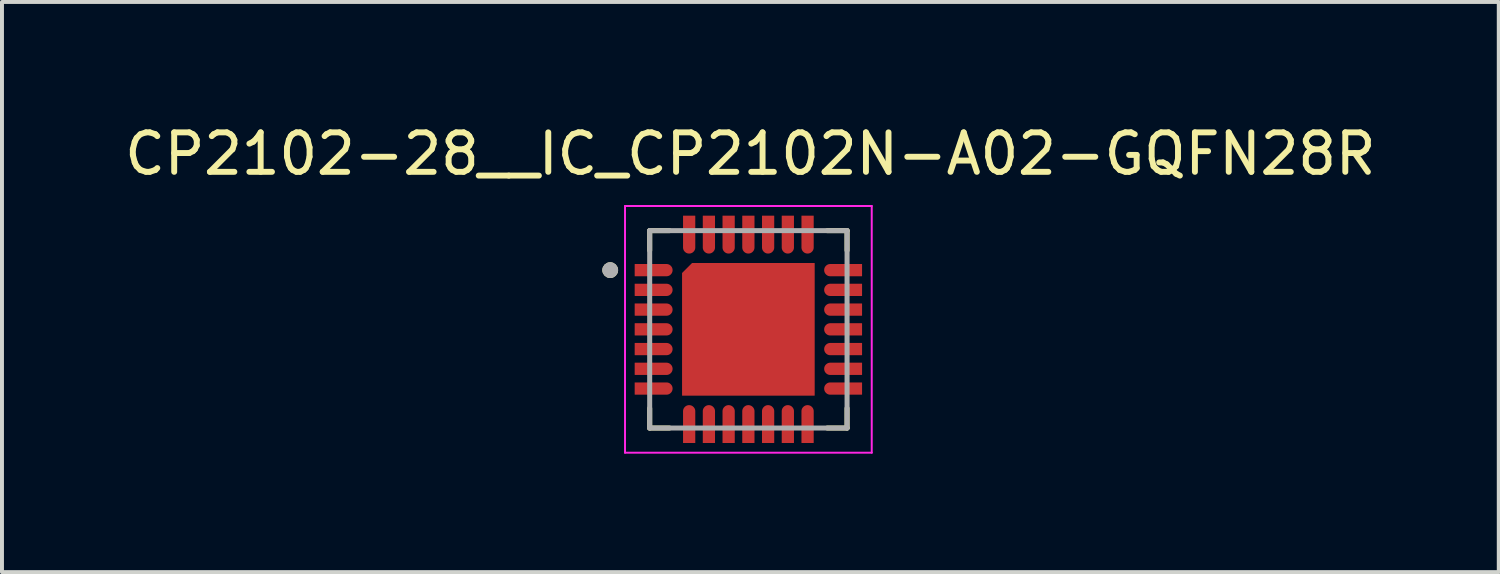
<source format=kicad_pcb>
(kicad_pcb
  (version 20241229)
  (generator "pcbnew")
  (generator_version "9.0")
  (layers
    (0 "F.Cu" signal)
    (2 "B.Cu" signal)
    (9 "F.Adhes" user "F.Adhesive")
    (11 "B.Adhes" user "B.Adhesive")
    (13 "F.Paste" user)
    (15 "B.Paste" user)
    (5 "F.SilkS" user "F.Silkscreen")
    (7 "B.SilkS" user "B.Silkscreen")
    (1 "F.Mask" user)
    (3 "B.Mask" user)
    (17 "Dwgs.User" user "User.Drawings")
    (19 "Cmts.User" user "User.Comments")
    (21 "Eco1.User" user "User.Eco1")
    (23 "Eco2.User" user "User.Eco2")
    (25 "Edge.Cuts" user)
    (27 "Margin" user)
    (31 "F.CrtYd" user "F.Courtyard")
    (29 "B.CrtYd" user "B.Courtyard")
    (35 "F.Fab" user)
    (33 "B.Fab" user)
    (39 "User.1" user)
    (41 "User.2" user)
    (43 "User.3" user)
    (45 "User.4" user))
  (footprint "CP2102-28__IC_CP2102N-A02-GQFN28R"
    (layer "F.Cu")
    (at 15.908 5.293)
    (property "Reference" "CP2102-28__IC_CP2102N-A02-GQFN28R" (at 0.05 -4.445 0) (layer "F.SilkS") (effects (font (size 1 1) (thickness 0.15))))
    (attr smd)
    (fp_poly (pts (xy -1.735 1.735) (xy -1.735 -1.453) (xy -1.453 -1.735) (xy 1.735 -1.735) (xy 1.735 1.735)) (stroke (width 0.01) (type solid)) (fill yes) (layer "F.Mask"))
    (fp_poly (pts (xy -2.935 -1.71) (xy -2.075 -1.71) (xy -2.064 -1.71) (xy -2.053 -1.709) (xy -2.042 -1.707) (xy -2.031 -1.705) (xy -2.021 -1.703) (xy -2.01 -1.7) (xy -2 -1.696) (xy -1.99 -1.692) (xy -1.98 -1.687) (xy -1.97 -1.682) (xy -1.961 -1.676) (xy -1.952 -1.67) (xy -1.943 -1.663) (xy -1.934 -1.656) (xy -1.927 -1.648) (xy -1.919 -1.641) (xy -1.912 -1.632) (xy -1.905 -1.623) (xy -1.899 -1.614) (xy -1.893 -1.605) (xy -1.888 -1.595) (xy -1.883 -1.585) (xy -1.879 -1.575) (xy -1.875 -1.565) (xy -1.872 -1.554) (xy -1.87 -1.544) (xy -1.868 -1.533) (xy -1.866 -1.522) (xy -1.865 -1.511) (xy -1.865 -1.5) (xy -1.865 -1.489) (xy -1.866 -1.478) (xy -1.868 -1.467) (xy -1.87 -1.456) (xy -1.872 -1.446) (xy -1.875 -1.435) (xy -1.879 -1.425) (xy -1.883 -1.415) (xy -1.888 -1.405) (xy -1.893 -1.395) (xy -1.899 -1.386) (xy -1.905 -1.377) (xy -1.912 -1.368) (xy -1.919 -1.359) (xy -1.927 -1.352) (xy -1.934 -1.344) (xy -1.943 -1.337) (xy -1.952 -1.33) (xy -1.961 -1.324) (xy -1.97 -1.318) (xy -1.98 -1.313) (xy -1.99 -1.308) (xy -2 -1.304) (xy -2.01 -1.3) (xy -2.021 -1.297) (xy -2.031 -1.295) (xy -2.042 -1.293) (xy -2.053 -1.291) (xy -2.064 -1.29) (xy -2.075 -1.29) (xy -2.935 -1.29) (xy -2.935 -1.71)) (stroke (width 0.01) (type solid)) (fill yes) (layer "F.Mask"))
    (fp_poly (pts (xy -2.935 -1.21) (xy -2.075 -1.21) (xy -2.064 -1.21) (xy -2.053 -1.209) (xy -2.042 -1.207) (xy -2.031 -1.205) (xy -2.021 -1.203) (xy -2.01 -1.2) (xy -2 -1.196) (xy -1.99 -1.192) (xy -1.98 -1.187) (xy -1.97 -1.182) (xy -1.961 -1.176) (xy -1.952 -1.17) (xy -1.943 -1.163) (xy -1.934 -1.156) (xy -1.927 -1.148) (xy -1.919 -1.141) (xy -1.912 -1.132) (xy -1.905 -1.123) (xy -1.899 -1.114) (xy -1.893 -1.105) (xy -1.888 -1.095) (xy -1.883 -1.085) (xy -1.879 -1.075) (xy -1.875 -1.065) (xy -1.872 -1.054) (xy -1.87 -1.044) (xy -1.868 -1.033) (xy -1.866 -1.022) (xy -1.865 -1.011) (xy -1.865 -1) (xy -1.865 -0.989) (xy -1.866 -0.978) (xy -1.868 -0.967) (xy -1.87 -0.956) (xy -1.872 -0.946) (xy -1.875 -0.935) (xy -1.879 -0.925) (xy -1.883 -0.915) (xy -1.888 -0.905) (xy -1.893 -0.895) (xy -1.899 -0.886) (xy -1.905 -0.877) (xy -1.912 -0.868) (xy -1.919 -0.859) (xy -1.927 -0.852) (xy -1.934 -0.844) (xy -1.943 -0.837) (xy -1.952 -0.83) (xy -1.961 -0.824) (xy -1.97 -0.818) (xy -1.98 -0.813) (xy -1.99 -0.808) (xy -2 -0.804) (xy -2.01 -0.8) (xy -2.021 -0.797) (xy -2.031 -0.795) (xy -2.042 -0.793) (xy -2.053 -0.791) (xy -2.064 -0.79) (xy -2.075 -0.79) (xy -2.935 -0.79) (xy -2.935 -1.21)) (stroke (width 0.01) (type solid)) (fill yes) (layer "F.Mask"))
    (fp_poly (pts (xy -2.935 -0.71) (xy -2.075 -0.71) (xy -2.064 -0.71) (xy -2.053 -0.709) (xy -2.042 -0.707) (xy -2.031 -0.705) (xy -2.021 -0.703) (xy -2.01 -0.7) (xy -2 -0.696) (xy -1.99 -0.692) (xy -1.98 -0.687) (xy -1.97 -0.682) (xy -1.961 -0.676) (xy -1.952 -0.67) (xy -1.943 -0.663) (xy -1.934 -0.656) (xy -1.927 -0.648) (xy -1.919 -0.641) (xy -1.912 -0.632) (xy -1.905 -0.623) (xy -1.899 -0.614) (xy -1.893 -0.605) (xy -1.888 -0.595) (xy -1.883 -0.585) (xy -1.879 -0.575) (xy -1.875 -0.565) (xy -1.872 -0.554) (xy -1.87 -0.544) (xy -1.868 -0.533) (xy -1.866 -0.522) (xy -1.865 -0.511) (xy -1.865 -0.5) (xy -1.865 -0.489) (xy -1.866 -0.478) (xy -1.868 -0.467) (xy -1.87 -0.456) (xy -1.872 -0.446) (xy -1.875 -0.435) (xy -1.879 -0.425) (xy -1.883 -0.415) (xy -1.888 -0.405) (xy -1.893 -0.395) (xy -1.899 -0.386) (xy -1.905 -0.377) (xy -1.912 -0.368) (xy -1.919 -0.359) (xy -1.927 -0.352) (xy -1.934 -0.344) (xy -1.943 -0.337) (xy -1.952 -0.33) (xy -1.961 -0.324) (xy -1.97 -0.318) (xy -1.98 -0.313) (xy -1.99 -0.308) (xy -2 -0.304) (xy -2.01 -0.3) (xy -2.021 -0.297) (xy -2.031 -0.295) (xy -2.042 -0.293) (xy -2.053 -0.291) (xy -2.064 -0.29) (xy -2.075 -0.29) (xy -2.935 -0.29) (xy -2.935 -0.71)) (stroke (width 0.01) (type solid)) (fill yes) (layer "F.Mask"))
    (fp_poly (pts (xy -2.935 -0.21) (xy -2.075 -0.21) (xy -2.064 -0.21) (xy -2.053 -0.209) (xy -2.042 -0.207) (xy -2.031 -0.205) (xy -2.021 -0.203) (xy -2.01 -0.2) (xy -2 -0.196) (xy -1.99 -0.192) (xy -1.98 -0.187) (xy -1.97 -0.182) (xy -1.961 -0.176) (xy -1.952 -0.17) (xy -1.943 -0.163) (xy -1.934 -0.156) (xy -1.927 -0.148) (xy -1.919 -0.141) (xy -1.912 -0.132) (xy -1.905 -0.123) (xy -1.899 -0.114) (xy -1.893 -0.105) (xy -1.888 -0.095) (xy -1.883 -0.085) (xy -1.879 -0.075) (xy -1.875 -0.065) (xy -1.872 -0.054) (xy -1.87 -0.044) (xy -1.868 -0.033) (xy -1.866 -0.022) (xy -1.865 -0.011) (xy -1.865 0) (xy -1.865 0.011) (xy -1.866 0.022) (xy -1.868 0.033) (xy -1.87 0.044) (xy -1.872 0.054) (xy -1.875 0.065) (xy -1.879 0.075) (xy -1.883 0.085) (xy -1.888 0.095) (xy -1.893 0.105) (xy -1.899 0.114) (xy -1.905 0.123) (xy -1.912 0.132) (xy -1.919 0.141) (xy -1.927 0.148) (xy -1.934 0.156) (xy -1.943 0.163) (xy -1.952 0.17) (xy -1.961 0.176) (xy -1.97 0.182) (xy -1.98 0.187) (xy -1.99 0.192) (xy -2 0.196) (xy -2.01 0.2) (xy -2.021 0.203) (xy -2.031 0.205) (xy -2.042 0.207) (xy -2.053 0.209) (xy -2.064 0.21) (xy -2.075 0.21) (xy -2.935 0.21) (xy -2.935 -0.21)) (stroke (width 0.01) (type solid)) (fill yes) (layer "F.Mask"))
    (fp_poly (pts (xy -2.935 0.29) (xy -2.075 0.29) (xy -2.064 0.29) (xy -2.053 0.291) (xy -2.042 0.293) (xy -2.031 0.295) (xy -2.021 0.297) (xy -2.01 0.3) (xy -2 0.304) (xy -1.99 0.308) (xy -1.98 0.313) (xy -1.97 0.318) (xy -1.961 0.324) (xy -1.952 0.33) (xy -1.943 0.337) (xy -1.934 0.344) (xy -1.927 0.352) (xy -1.919 0.359) (xy -1.912 0.368) (xy -1.905 0.377) (xy -1.899 0.386) (xy -1.893 0.395) (xy -1.888 0.405) (xy -1.883 0.415) (xy -1.879 0.425) (xy -1.875 0.435) (xy -1.872 0.446) (xy -1.87 0.456) (xy -1.868 0.467) (xy -1.866 0.478) (xy -1.865 0.489) (xy -1.865 0.5) (xy -1.865 0.511) (xy -1.866 0.522) (xy -1.868 0.533) (xy -1.87 0.544) (xy -1.872 0.554) (xy -1.875 0.565) (xy -1.879 0.575) (xy -1.883 0.585) (xy -1.888 0.595) (xy -1.893 0.605) (xy -1.899 0.614) (xy -1.905 0.623) (xy -1.912 0.632) (xy -1.919 0.641) (xy -1.927 0.648) (xy -1.934 0.656) (xy -1.943 0.663) (xy -1.952 0.67) (xy -1.961 0.676) (xy -1.97 0.682) (xy -1.98 0.687) (xy -1.99 0.692) (xy -2 0.696) (xy -2.01 0.7) (xy -2.021 0.703) (xy -2.031 0.705) (xy -2.042 0.707) (xy -2.053 0.709) (xy -2.064 0.71) (xy -2.075 0.71) (xy -2.935 0.71) (xy -2.935 0.29)) (stroke (width 0.01) (type solid)) (fill yes) (layer "F.Mask"))
    (fp_poly (pts (xy -2.935 0.79) (xy -2.075 0.79) (xy -2.064 0.79) (xy -2.053 0.791) (xy -2.042 0.793) (xy -2.031 0.795) (xy -2.021 0.797) (xy -2.01 0.8) (xy -2 0.804) (xy -1.99 0.808) (xy -1.98 0.813) (xy -1.97 0.818) (xy -1.961 0.824) (xy -1.952 0.83) (xy -1.943 0.837) (xy -1.934 0.844) (xy -1.927 0.852) (xy -1.919 0.859) (xy -1.912 0.868) (xy -1.905 0.877) (xy -1.899 0.886) (xy -1.893 0.895) (xy -1.888 0.905) (xy -1.883 0.915) (xy -1.879 0.925) (xy -1.875 0.935) (xy -1.872 0.946) (xy -1.87 0.956) (xy -1.868 0.967) (xy -1.866 0.978) (xy -1.865 0.989) (xy -1.865 1) (xy -1.865 1.011) (xy -1.866 1.022) (xy -1.868 1.033) (xy -1.87 1.044) (xy -1.872 1.054) (xy -1.875 1.065) (xy -1.879 1.075) (xy -1.883 1.085) (xy -1.888 1.095) (xy -1.893 1.105) (xy -1.899 1.114) (xy -1.905 1.123) (xy -1.912 1.132) (xy -1.919 1.141) (xy -1.927 1.148) (xy -1.934 1.156) (xy -1.943 1.163) (xy -1.952 1.17) (xy -1.961 1.176) (xy -1.97 1.182) (xy -1.98 1.187) (xy -1.99 1.192) (xy -2 1.196) (xy -2.01 1.2) (xy -2.021 1.203) (xy -2.031 1.205) (xy -2.042 1.207) (xy -2.053 1.209) (xy -2.064 1.21) (xy -2.075 1.21) (xy -2.935 1.21) (xy -2.935 0.79)) (stroke (width 0.01) (type solid)) (fill yes) (layer "F.Mask"))
    (fp_poly (pts (xy -2.935 1.29) (xy -2.075 1.29) (xy -2.064 1.29) (xy -2.053 1.291) (xy -2.042 1.293) (xy -2.031 1.295) (xy -2.021 1.297) (xy -2.01 1.3) (xy -2 1.304) (xy -1.99 1.308) (xy -1.98 1.313) (xy -1.97 1.318) (xy -1.961 1.324) (xy -1.952 1.33) (xy -1.943 1.337) (xy -1.934 1.344) (xy -1.927 1.352) (xy -1.919 1.359) (xy -1.912 1.368) (xy -1.905 1.377) (xy -1.899 1.386) (xy -1.893 1.395) (xy -1.888 1.405) (xy -1.883 1.415) (xy -1.879 1.425) (xy -1.875 1.435) (xy -1.872 1.446) (xy -1.87 1.456) (xy -1.868 1.467) (xy -1.866 1.478) (xy -1.865 1.489) (xy -1.865 1.5) (xy -1.865 1.511) (xy -1.866 1.522) (xy -1.868 1.533) (xy -1.87 1.544) (xy -1.872 1.554) (xy -1.875 1.565) (xy -1.879 1.575) (xy -1.883 1.585) (xy -1.888 1.595) (xy -1.893 1.605) (xy -1.899 1.614) (xy -1.905 1.623) (xy -1.912 1.632) (xy -1.919 1.641) (xy -1.927 1.648) (xy -1.934 1.656) (xy -1.943 1.663) (xy -1.952 1.67) (xy -1.961 1.676) (xy -1.97 1.682) (xy -1.98 1.687) (xy -1.99 1.692) (xy -2 1.696) (xy -2.01 1.7) (xy -2.021 1.703) (xy -2.031 1.705) (xy -2.042 1.707) (xy -2.053 1.709) (xy -2.064 1.71) (xy -2.075 1.71) (xy -2.935 1.71) (xy -2.935 1.29)) (stroke (width 0.01) (type solid)) (fill yes) (layer "F.Mask"))
    (fp_poly (pts (xy -1.71 2.935) (xy -1.71 2.075) (xy -1.71 2.064) (xy -1.709 2.053) (xy -1.707 2.042) (xy -1.705 2.031) (xy -1.703 2.021) (xy -1.7 2.01) (xy -1.696 2) (xy -1.692 1.99) (xy -1.687 1.98) (xy -1.682 1.97) (xy -1.676 1.961) (xy -1.67 1.952) (xy -1.663 1.943) (xy -1.656 1.934) (xy -1.648 1.927) (xy -1.641 1.919) (xy -1.632 1.912) (xy -1.623 1.905) (xy -1.614 1.899) (xy -1.605 1.893) (xy -1.595 1.888) (xy -1.585 1.883) (xy -1.575 1.879) (xy -1.565 1.875) (xy -1.554 1.872) (xy -1.544 1.87) (xy -1.533 1.868) (xy -1.522 1.866) (xy -1.511 1.865) (xy -1.5 1.865) (xy -1.489 1.865) (xy -1.478 1.866) (xy -1.467 1.868) (xy -1.456 1.87) (xy -1.446 1.872) (xy -1.435 1.875) (xy -1.425 1.879) (xy -1.415 1.883) (xy -1.405 1.888) (xy -1.395 1.893) (xy -1.386 1.899) (xy -1.377 1.905) (xy -1.368 1.912) (xy -1.359 1.919) (xy -1.352 1.927) (xy -1.344 1.934) (xy -1.337 1.943) (xy -1.33 1.952) (xy -1.324 1.961) (xy -1.318 1.97) (xy -1.313 1.98) (xy -1.308 1.99) (xy -1.304 2) (xy -1.3 2.01) (xy -1.297 2.021) (xy -1.295 2.031) (xy -1.293 2.042) (xy -1.291 2.053) (xy -1.29 2.064) (xy -1.29 2.075) (xy -1.29 2.935) (xy -1.71 2.935)) (stroke (width 0.01) (type solid)) (fill yes) (layer "F.Mask"))
    (fp_poly (pts (xy -1.29 -2.935) (xy -1.29 -2.075) (xy -1.29 -2.064) (xy -1.291 -2.053) (xy -1.293 -2.042) (xy -1.295 -2.031) (xy -1.297 -2.021) (xy -1.3 -2.01) (xy -1.304 -2) (xy -1.308 -1.99) (xy -1.313 -1.98) (xy -1.318 -1.97) (xy -1.324 -1.961) (xy -1.33 -1.952) (xy -1.337 -1.943) (xy -1.344 -1.934) (xy -1.352 -1.927) (xy -1.359 -1.919) (xy -1.368 -1.912) (xy -1.377 -1.905) (xy -1.386 -1.899) (xy -1.395 -1.893) (xy -1.405 -1.888) (xy -1.415 -1.883) (xy -1.425 -1.879) (xy -1.435 -1.875) (xy -1.446 -1.872) (xy -1.456 -1.87) (xy -1.467 -1.868) (xy -1.478 -1.866) (xy -1.489 -1.865) (xy -1.5 -1.865) (xy -1.511 -1.865) (xy -1.522 -1.866) (xy -1.533 -1.868) (xy -1.544 -1.87) (xy -1.554 -1.872) (xy -1.565 -1.875) (xy -1.575 -1.879) (xy -1.585 -1.883) (xy -1.595 -1.888) (xy -1.605 -1.893) (xy -1.614 -1.899) (xy -1.623 -1.905) (xy -1.632 -1.912) (xy -1.641 -1.919) (xy -1.648 -1.927) (xy -1.656 -1.934) (xy -1.663 -1.943) (xy -1.67 -1.952) (xy -1.676 -1.961) (xy -1.682 -1.97) (xy -1.687 -1.98) (xy -1.692 -1.99) (xy -1.696 -2) (xy -1.7 -2.01) (xy -1.703 -2.021) (xy -1.705 -2.031) (xy -1.707 -2.042) (xy -1.709 -2.053) (xy -1.71 -2.064) (xy -1.71 -2.075) (xy -1.71 -2.935) (xy -1.29 -2.935)) (stroke (width 0.01) (type solid)) (fill yes) (layer "F.Mask"))
    (fp_poly (pts (xy -1.21 2.935) (xy -1.21 2.075) (xy -1.21 2.064) (xy -1.209 2.053) (xy -1.207 2.042) (xy -1.205 2.031) (xy -1.203 2.021) (xy -1.2 2.01) (xy -1.196 2) (xy -1.192 1.99) (xy -1.187 1.98) (xy -1.182 1.97) (xy -1.176 1.961) (xy -1.17 1.952) (xy -1.163 1.943) (xy -1.156 1.934) (xy -1.148 1.927) (xy -1.141 1.919) (xy -1.132 1.912) (xy -1.123 1.905) (xy -1.114 1.899) (xy -1.105 1.893) (xy -1.095 1.888) (xy -1.085 1.883) (xy -1.075 1.879) (xy -1.065 1.875) (xy -1.054 1.872) (xy -1.044 1.87) (xy -1.033 1.868) (xy -1.022 1.866) (xy -1.011 1.865) (xy -1 1.865) (xy -0.989 1.865) (xy -0.978 1.866) (xy -0.967 1.868) (xy -0.956 1.87) (xy -0.946 1.872) (xy -0.935 1.875) (xy -0.925 1.879) (xy -0.915 1.883) (xy -0.905 1.888) (xy -0.895 1.893) (xy -0.886 1.899) (xy -0.877 1.905) (xy -0.868 1.912) (xy -0.859 1.919) (xy -0.852 1.927) (xy -0.844 1.934) (xy -0.837 1.943) (xy -0.83 1.952) (xy -0.824 1.961) (xy -0.818 1.97) (xy -0.813 1.98) (xy -0.808 1.99) (xy -0.804 2) (xy -0.8 2.01) (xy -0.797 2.021) (xy -0.795 2.031) (xy -0.793 2.042) (xy -0.791 2.053) (xy -0.79 2.064) (xy -0.79 2.075) (xy -0.79 2.935) (xy -1.21 2.935)) (stroke (width 0.01) (type solid)) (fill yes) (layer "F.Mask"))
    (fp_poly (pts (xy -0.79 -2.935) (xy -0.79 -2.075) (xy -0.79 -2.064) (xy -0.791 -2.053) (xy -0.793 -2.042) (xy -0.795 -2.031) (xy -0.797 -2.021) (xy -0.8 -2.01) (xy -0.804 -2) (xy -0.808 -1.99) (xy -0.813 -1.98) (xy -0.818 -1.97) (xy -0.824 -1.961) (xy -0.83 -1.952) (xy -0.837 -1.943) (xy -0.844 -1.934) (xy -0.852 -1.927) (xy -0.859 -1.919) (xy -0.868 -1.912) (xy -0.877 -1.905) (xy -0.886 -1.899) (xy -0.895 -1.893) (xy -0.905 -1.888) (xy -0.915 -1.883) (xy -0.925 -1.879) (xy -0.935 -1.875) (xy -0.946 -1.872) (xy -0.956 -1.87) (xy -0.967 -1.868) (xy -0.978 -1.866) (xy -0.989 -1.865) (xy -1 -1.865) (xy -1.011 -1.865) (xy -1.022 -1.866) (xy -1.033 -1.868) (xy -1.044 -1.87) (xy -1.054 -1.872) (xy -1.065 -1.875) (xy -1.075 -1.879) (xy -1.085 -1.883) (xy -1.095 -1.888) (xy -1.105 -1.893) (xy -1.114 -1.899) (xy -1.123 -1.905) (xy -1.132 -1.912) (xy -1.141 -1.919) (xy -1.148 -1.927) (xy -1.156 -1.934) (xy -1.163 -1.943) (xy -1.17 -1.952) (xy -1.176 -1.961) (xy -1.182 -1.97) (xy -1.187 -1.98) (xy -1.192 -1.99) (xy -1.196 -2) (xy -1.2 -2.01) (xy -1.203 -2.021) (xy -1.205 -2.031) (xy -1.207 -2.042) (xy -1.209 -2.053) (xy -1.21 -2.064) (xy -1.21 -2.075) (xy -1.21 -2.935) (xy -0.79 -2.935)) (stroke (width 0.01) (type solid)) (fill yes) (layer "F.Mask"))
    (fp_poly (pts (xy -0.71 2.935) (xy -0.71 2.075) (xy -0.71 2.064) (xy -0.709 2.053) (xy -0.707 2.042) (xy -0.705 2.031) (xy -0.703 2.021) (xy -0.7 2.01) (xy -0.696 2) (xy -0.692 1.99) (xy -0.687 1.98) (xy -0.682 1.97) (xy -0.676 1.961) (xy -0.67 1.952) (xy -0.663 1.943) (xy -0.656 1.934) (xy -0.648 1.927) (xy -0.641 1.919) (xy -0.632 1.912) (xy -0.623 1.905) (xy -0.614 1.899) (xy -0.605 1.893) (xy -0.595 1.888) (xy -0.585 1.883) (xy -0.575 1.879) (xy -0.565 1.875) (xy -0.554 1.872) (xy -0.544 1.87) (xy -0.533 1.868) (xy -0.522 1.866) (xy -0.511 1.865) (xy -0.5 1.865) (xy -0.489 1.865) (xy -0.478 1.866) (xy -0.467 1.868) (xy -0.456 1.87) (xy -0.446 1.872) (xy -0.435 1.875) (xy -0.425 1.879) (xy -0.415 1.883) (xy -0.405 1.888) (xy -0.395 1.893) (xy -0.386 1.899) (xy -0.377 1.905) (xy -0.368 1.912) (xy -0.359 1.919) (xy -0.352 1.927) (xy -0.344 1.934) (xy -0.337 1.943) (xy -0.33 1.952) (xy -0.324 1.961) (xy -0.318 1.97) (xy -0.313 1.98) (xy -0.308 1.99) (xy -0.304 2) (xy -0.3 2.01) (xy -0.297 2.021) (xy -0.295 2.031) (xy -0.293 2.042) (xy -0.291 2.053) (xy -0.29 2.064) (xy -0.29 2.075) (xy -0.29 2.935) (xy -0.71 2.935)) (stroke (width 0.01) (type solid)) (fill yes) (layer "F.Mask"))
    (fp_poly (pts (xy -0.29 -2.935) (xy -0.29 -2.075) (xy -0.29 -2.064) (xy -0.291 -2.053) (xy -0.293 -2.042) (xy -0.295 -2.031) (xy -0.297 -2.021) (xy -0.3 -2.01) (xy -0.304 -2) (xy -0.308 -1.99) (xy -0.313 -1.98) (xy -0.318 -1.97) (xy -0.324 -1.961) (xy -0.33 -1.952) (xy -0.337 -1.943) (xy -0.344 -1.934) (xy -0.352 -1.927) (xy -0.359 -1.919) (xy -0.368 -1.912) (xy -0.377 -1.905) (xy -0.386 -1.899) (xy -0.395 -1.893) (xy -0.405 -1.888) (xy -0.415 -1.883) (xy -0.425 -1.879) (xy -0.435 -1.875) (xy -0.446 -1.872) (xy -0.456 -1.87) (xy -0.467 -1.868) (xy -0.478 -1.866) (xy -0.489 -1.865) (xy -0.5 -1.865) (xy -0.511 -1.865) (xy -0.522 -1.866) (xy -0.533 -1.868) (xy -0.544 -1.87) (xy -0.554 -1.872) (xy -0.565 -1.875) (xy -0.575 -1.879) (xy -0.585 -1.883) (xy -0.595 -1.888) (xy -0.605 -1.893) (xy -0.614 -1.899) (xy -0.623 -1.905) (xy -0.632 -1.912) (xy -0.641 -1.919) (xy -0.648 -1.927) (xy -0.656 -1.934) (xy -0.663 -1.943) (xy -0.67 -1.952) (xy -0.676 -1.961) (xy -0.682 -1.97) (xy -0.687 -1.98) (xy -0.692 -1.99) (xy -0.696 -2) (xy -0.7 -2.01) (xy -0.703 -2.021) (xy -0.705 -2.031) (xy -0.707 -2.042) (xy -0.709 -2.053) (xy -0.71 -2.064) (xy -0.71 -2.075) (xy -0.71 -2.935) (xy -0.29 -2.935)) (stroke (width 0.01) (type solid)) (fill yes) (layer "F.Mask"))
    (fp_poly (pts (xy -0.21 2.935) (xy -0.21 2.075) (xy -0.21 2.064) (xy -0.209 2.053) (xy -0.207 2.042) (xy -0.205 2.031) (xy -0.203 2.021) (xy -0.2 2.01) (xy -0.196 2) (xy -0.192 1.99) (xy -0.187 1.98) (xy -0.182 1.97) (xy -0.176 1.961) (xy -0.17 1.952) (xy -0.163 1.943) (xy -0.156 1.934) (xy -0.148 1.927) (xy -0.141 1.919) (xy -0.132 1.912) (xy -0.123 1.905) (xy -0.114 1.899) (xy -0.105 1.893) (xy -0.095 1.888) (xy -0.085 1.883) (xy -0.075 1.879) (xy -0.065 1.875) (xy -0.054 1.872) (xy -0.044 1.87) (xy -0.033 1.868) (xy -0.022 1.866) (xy -0.011 1.865) (xy 0 1.865) (xy 0.011 1.865) (xy 0.022 1.866) (xy 0.033 1.868) (xy 0.044 1.87) (xy 0.054 1.872) (xy 0.065 1.875) (xy 0.075 1.879) (xy 0.085 1.883) (xy 0.095 1.888) (xy 0.105 1.893) (xy 0.114 1.899) (xy 0.123 1.905) (xy 0.132 1.912) (xy 0.141 1.919) (xy 0.148 1.927) (xy 0.156 1.934) (xy 0.163 1.943) (xy 0.17 1.952) (xy 0.176 1.961) (xy 0.182 1.97) (xy 0.187 1.98) (xy 0.192 1.99) (xy 0.196 2) (xy 0.2 2.01) (xy 0.203 2.021) (xy 0.205 2.031) (xy 0.207 2.042) (xy 0.209 2.053) (xy 0.21 2.064) (xy 0.21 2.075) (xy 0.21 2.935) (xy -0.21 2.935)) (stroke (width 0.01) (type solid)) (fill yes) (layer "F.Mask"))
    (fp_poly (pts (xy 0.21 -2.935) (xy 0.21 -2.075) (xy 0.21 -2.064) (xy 0.209 -2.053) (xy 0.207 -2.042) (xy 0.205 -2.031) (xy 0.203 -2.021) (xy 0.2 -2.01) (xy 0.196 -2) (xy 0.192 -1.99) (xy 0.187 -1.98) (xy 0.182 -1.97) (xy 0.176 -1.961) (xy 0.17 -1.952) (xy 0.163 -1.943) (xy 0.156 -1.934) (xy 0.148 -1.927) (xy 0.141 -1.919) (xy 0.132 -1.912) (xy 0.123 -1.905) (xy 0.114 -1.899) (xy 0.105 -1.893) (xy 0.095 -1.888) (xy 0.085 -1.883) (xy 0.075 -1.879) (xy 0.065 -1.875) (xy 0.054 -1.872) (xy 0.044 -1.87) (xy 0.033 -1.868) (xy 0.022 -1.866) (xy 0.011 -1.865) (xy 0 -1.865) (xy -0.011 -1.865) (xy -0.022 -1.866) (xy -0.033 -1.868) (xy -0.044 -1.87) (xy -0.054 -1.872) (xy -0.065 -1.875) (xy -0.075 -1.879) (xy -0.085 -1.883) (xy -0.095 -1.888) (xy -0.105 -1.893) (xy -0.114 -1.899) (xy -0.123 -1.905) (xy -0.132 -1.912) (xy -0.141 -1.919) (xy -0.148 -1.927) (xy -0.156 -1.934) (xy -0.163 -1.943) (xy -0.17 -1.952) (xy -0.176 -1.961) (xy -0.182 -1.97) (xy -0.187 -1.98) (xy -0.192 -1.99) (xy -0.196 -2) (xy -0.2 -2.01) (xy -0.203 -2.021) (xy -0.205 -2.031) (xy -0.207 -2.042) (xy -0.209 -2.053) (xy -0.21 -2.064) (xy -0.21 -2.075) (xy -0.21 -2.935) (xy 0.21 -2.935)) (stroke (width 0.01) (type solid)) (fill yes) (layer "F.Mask"))
    (fp_poly (pts (xy 0.29 2.935) (xy 0.29 2.075) (xy 0.29 2.064) (xy 0.291 2.053) (xy 0.293 2.042) (xy 0.295 2.031) (xy 0.297 2.021) (xy 0.3 2.01) (xy 0.304 2) (xy 0.308 1.99) (xy 0.313 1.98) (xy 0.318 1.97) (xy 0.324 1.961) (xy 0.33 1.952) (xy 0.337 1.943) (xy 0.344 1.934) (xy 0.352 1.927) (xy 0.359 1.919) (xy 0.368 1.912) (xy 0.377 1.905) (xy 0.386 1.899) (xy 0.395 1.893) (xy 0.405 1.888) (xy 0.415 1.883) (xy 0.425 1.879) (xy 0.435 1.875) (xy 0.446 1.872) (xy 0.456 1.87) (xy 0.467 1.868) (xy 0.478 1.866) (xy 0.489 1.865) (xy 0.5 1.865) (xy 0.511 1.865) (xy 0.522 1.866) (xy 0.533 1.868) (xy 0.544 1.87) (xy 0.554 1.872) (xy 0.565 1.875) (xy 0.575 1.879) (xy 0.585 1.883) (xy 0.595 1.888) (xy 0.605 1.893) (xy 0.614 1.899) (xy 0.623 1.905) (xy 0.632 1.912) (xy 0.641 1.919) (xy 0.648 1.927) (xy 0.656 1.934) (xy 0.663 1.943) (xy 0.67 1.952) (xy 0.676 1.961) (xy 0.682 1.97) (xy 0.687 1.98) (xy 0.692 1.99) (xy 0.696 2) (xy 0.7 2.01) (xy 0.703 2.021) (xy 0.705 2.031) (xy 0.707 2.042) (xy 0.709 2.053) (xy 0.71 2.064) (xy 0.71 2.075) (xy 0.71 2.935) (xy 0.29 2.935)) (stroke (width 0.01) (type solid)) (fill yes) (layer "F.Mask"))
    (fp_poly (pts (xy 0.71 -2.935) (xy 0.71 -2.075) (xy 0.71 -2.064) (xy 0.709 -2.053) (xy 0.707 -2.042) (xy 0.705 -2.031) (xy 0.703 -2.021) (xy 0.7 -2.01) (xy 0.696 -2) (xy 0.692 -1.99) (xy 0.687 -1.98) (xy 0.682 -1.97) (xy 0.676 -1.961) (xy 0.67 -1.952) (xy 0.663 -1.943) (xy 0.656 -1.934) (xy 0.648 -1.927) (xy 0.641 -1.919) (xy 0.632 -1.912) (xy 0.623 -1.905) (xy 0.614 -1.899) (xy 0.605 -1.893) (xy 0.595 -1.888) (xy 0.585 -1.883) (xy 0.575 -1.879) (xy 0.565 -1.875) (xy 0.554 -1.872) (xy 0.544 -1.87) (xy 0.533 -1.868) (xy 0.522 -1.866) (xy 0.511 -1.865) (xy 0.5 -1.865) (xy 0.489 -1.865) (xy 0.478 -1.866) (xy 0.467 -1.868) (xy 0.456 -1.87) (xy 0.446 -1.872) (xy 0.435 -1.875) (xy 0.425 -1.879) (xy 0.415 -1.883) (xy 0.405 -1.888) (xy 0.395 -1.893) (xy 0.386 -1.899) (xy 0.377 -1.905) (xy 0.368 -1.912) (xy 0.359 -1.919) (xy 0.352 -1.927) (xy 0.344 -1.934) (xy 0.337 -1.943) (xy 0.33 -1.952) (xy 0.324 -1.961) (xy 0.318 -1.97) (xy 0.313 -1.98) (xy 0.308 -1.99) (xy 0.304 -2) (xy 0.3 -2.01) (xy 0.297 -2.021) (xy 0.295 -2.031) (xy 0.293 -2.042) (xy 0.291 -2.053) (xy 0.29 -2.064) (xy 0.29 -2.075) (xy 0.29 -2.935) (xy 0.71 -2.935)) (stroke (width 0.01) (type solid)) (fill yes) (layer "F.Mask"))
    (fp_poly (pts (xy 0.79 2.935) (xy 0.79 2.075) (xy 0.79 2.064) (xy 0.791 2.053) (xy 0.793 2.042) (xy 0.795 2.031) (xy 0.797 2.021) (xy 0.8 2.01) (xy 0.804 2) (xy 0.808 1.99) (xy 0.813 1.98) (xy 0.818 1.97) (xy 0.824 1.961) (xy 0.83 1.952) (xy 0.837 1.943) (xy 0.844 1.934) (xy 0.852 1.927) (xy 0.859 1.919) (xy 0.868 1.912) (xy 0.877 1.905) (xy 0.886 1.899) (xy 0.895 1.893) (xy 0.905 1.888) (xy 0.915 1.883) (xy 0.925 1.879) (xy 0.935 1.875) (xy 0.946 1.872) (xy 0.956 1.87) (xy 0.967 1.868) (xy 0.978 1.866) (xy 0.989 1.865) (xy 1 1.865) (xy 1.011 1.865) (xy 1.022 1.866) (xy 1.033 1.868) (xy 1.044 1.87) (xy 1.054 1.872) (xy 1.065 1.875) (xy 1.075 1.879) (xy 1.085 1.883) (xy 1.095 1.888) (xy 1.105 1.893) (xy 1.114 1.899) (xy 1.123 1.905) (xy 1.132 1.912) (xy 1.141 1.919) (xy 1.148 1.927) (xy 1.156 1.934) (xy 1.163 1.943) (xy 1.17 1.952) (xy 1.176 1.961) (xy 1.182 1.97) (xy 1.187 1.98) (xy 1.192 1.99) (xy 1.196 2) (xy 1.2 2.01) (xy 1.203 2.021) (xy 1.205 2.031) (xy 1.207 2.042) (xy 1.209 2.053) (xy 1.21 2.064) (xy 1.21 2.075) (xy 1.21 2.935) (xy 0.79 2.935)) (stroke (width 0.01) (type solid)) (fill yes) (layer "F.Mask"))
    (fp_poly (pts (xy 1.21 -2.935) (xy 1.21 -2.075) (xy 1.21 -2.064) (xy 1.209 -2.053) (xy 1.207 -2.042) (xy 1.205 -2.031) (xy 1.203 -2.021) (xy 1.2 -2.01) (xy 1.196 -2) (xy 1.192 -1.99) (xy 1.187 -1.98) (xy 1.182 -1.97) (xy 1.176 -1.961) (xy 1.17 -1.952) (xy 1.163 -1.943) (xy 1.156 -1.934) (xy 1.148 -1.927) (xy 1.141 -1.919) (xy 1.132 -1.912) (xy 1.123 -1.905) (xy 1.114 -1.899) (xy 1.105 -1.893) (xy 1.095 -1.888) (xy 1.085 -1.883) (xy 1.075 -1.879) (xy 1.065 -1.875) (xy 1.054 -1.872) (xy 1.044 -1.87) (xy 1.033 -1.868) (xy 1.022 -1.866) (xy 1.011 -1.865) (xy 1 -1.865) (xy 0.989 -1.865) (xy 0.978 -1.866) (xy 0.967 -1.868) (xy 0.956 -1.87) (xy 0.946 -1.872) (xy 0.935 -1.875) (xy 0.925 -1.879) (xy 0.915 -1.883) (xy 0.905 -1.888) (xy 0.895 -1.893) (xy 0.886 -1.899) (xy 0.877 -1.905) (xy 0.868 -1.912) (xy 0.859 -1.919) (xy 0.852 -1.927) (xy 0.844 -1.934) (xy 0.837 -1.943) (xy 0.83 -1.952) (xy 0.824 -1.961) (xy 0.818 -1.97) (xy 0.813 -1.98) (xy 0.808 -1.99) (xy 0.804 -2) (xy 0.8 -2.01) (xy 0.797 -2.021) (xy 0.795 -2.031) (xy 0.793 -2.042) (xy 0.791 -2.053) (xy 0.79 -2.064) (xy 0.79 -2.075) (xy 0.79 -2.935) (xy 1.21 -2.935)) (stroke (width 0.01) (type solid)) (fill yes) (layer "F.Mask"))
    (fp_poly (pts (xy 1.29 2.935) (xy 1.29 2.075) (xy 1.29 2.064) (xy 1.291 2.053) (xy 1.293 2.042) (xy 1.295 2.031) (xy 1.297 2.021) (xy 1.3 2.01) (xy 1.304 2) (xy 1.308 1.99) (xy 1.313 1.98) (xy 1.318 1.97) (xy 1.324 1.961) (xy 1.33 1.952) (xy 1.337 1.943) (xy 1.344 1.934) (xy 1.352 1.927) (xy 1.359 1.919) (xy 1.368 1.912) (xy 1.377 1.905) (xy 1.386 1.899) (xy 1.395 1.893) (xy 1.405 1.888) (xy 1.415 1.883) (xy 1.425 1.879) (xy 1.435 1.875) (xy 1.446 1.872) (xy 1.456 1.87) (xy 1.467 1.868) (xy 1.478 1.866) (xy 1.489 1.865) (xy 1.5 1.865) (xy 1.511 1.865) (xy 1.522 1.866) (xy 1.533 1.868) (xy 1.544 1.87) (xy 1.554 1.872) (xy 1.565 1.875) (xy 1.575 1.879) (xy 1.585 1.883) (xy 1.595 1.888) (xy 1.605 1.893) (xy 1.614 1.899) (xy 1.623 1.905) (xy 1.632 1.912) (xy 1.641 1.919) (xy 1.648 1.927) (xy 1.656 1.934) (xy 1.663 1.943) (xy 1.67 1.952) (xy 1.676 1.961) (xy 1.682 1.97) (xy 1.687 1.98) (xy 1.692 1.99) (xy 1.696 2) (xy 1.7 2.01) (xy 1.703 2.021) (xy 1.705 2.031) (xy 1.707 2.042) (xy 1.709 2.053) (xy 1.71 2.064) (xy 1.71 2.075) (xy 1.71 2.935) (xy 1.29 2.935)) (stroke (width 0.01) (type solid)) (fill yes) (layer "F.Mask"))
    (fp_poly (pts (xy 1.71 -2.935) (xy 1.71 -2.075) (xy 1.71 -2.064) (xy 1.709 -2.053) (xy 1.707 -2.042) (xy 1.705 -2.031) (xy 1.703 -2.021) (xy 1.7 -2.01) (xy 1.696 -2) (xy 1.692 -1.99) (xy 1.687 -1.98) (xy 1.682 -1.97) (xy 1.676 -1.961) (xy 1.67 -1.952) (xy 1.663 -1.943) (xy 1.656 -1.934) (xy 1.648 -1.927) (xy 1.641 -1.919) (xy 1.632 -1.912) (xy 1.623 -1.905) (xy 1.614 -1.899) (xy 1.605 -1.893) (xy 1.595 -1.888) (xy 1.585 -1.883) (xy 1.575 -1.879) (xy 1.565 -1.875) (xy 1.554 -1.872) (xy 1.544 -1.87) (xy 1.533 -1.868) (xy 1.522 -1.866) (xy 1.511 -1.865) (xy 1.5 -1.865) (xy 1.489 -1.865) (xy 1.478 -1.866) (xy 1.467 -1.868) (xy 1.456 -1.87) (xy 1.446 -1.872) (xy 1.435 -1.875) (xy 1.425 -1.879) (xy 1.415 -1.883) (xy 1.405 -1.888) (xy 1.395 -1.893) (xy 1.386 -1.899) (xy 1.377 -1.905) (xy 1.368 -1.912) (xy 1.359 -1.919) (xy 1.352 -1.927) (xy 1.344 -1.934) (xy 1.337 -1.943) (xy 1.33 -1.952) (xy 1.324 -1.961) (xy 1.318 -1.97) (xy 1.313 -1.98) (xy 1.308 -1.99) (xy 1.304 -2) (xy 1.3 -2.01) (xy 1.297 -2.021) (xy 1.295 -2.031) (xy 1.293 -2.042) (xy 1.291 -2.053) (xy 1.29 -2.064) (xy 1.29 -2.075) (xy 1.29 -2.935) (xy 1.71 -2.935)) (stroke (width 0.01) (type solid)) (fill yes) (layer "F.Mask"))
    (fp_poly (pts (xy 2.935 -1.29) (xy 2.075 -1.29) (xy 2.064 -1.29) (xy 2.053 -1.291) (xy 2.042 -1.293) (xy 2.031 -1.295) (xy 2.021 -1.297) (xy 2.01 -1.3) (xy 2 -1.304) (xy 1.99 -1.308) (xy 1.98 -1.313) (xy 1.97 -1.318) (xy 1.961 -1.324) (xy 1.952 -1.33) (xy 1.943 -1.337) (xy 1.934 -1.344) (xy 1.927 -1.352) (xy 1.919 -1.359) (xy 1.912 -1.368) (xy 1.905 -1.377) (xy 1.899 -1.386) (xy 1.893 -1.395) (xy 1.888 -1.405) (xy 1.883 -1.415) (xy 1.879 -1.425) (xy 1.875 -1.435) (xy 1.872 -1.446) (xy 1.87 -1.456) (xy 1.868 -1.467) (xy 1.866 -1.478) (xy 1.865 -1.489) (xy 1.865 -1.5) (xy 1.865 -1.511) (xy 1.866 -1.522) (xy 1.868 -1.533) (xy 1.87 -1.544) (xy 1.872 -1.554) (xy 1.875 -1.565) (xy 1.879 -1.575) (xy 1.883 -1.585) (xy 1.888 -1.595) (xy 1.893 -1.605) (xy 1.899 -1.614) (xy 1.905 -1.623) (xy 1.912 -1.632) (xy 1.919 -1.641) (xy 1.927 -1.648) (xy 1.934 -1.656) (xy 1.943 -1.663) (xy 1.952 -1.67) (xy 1.961 -1.676) (xy 1.97 -1.682) (xy 1.98 -1.687) (xy 1.99 -1.692) (xy 2 -1.696) (xy 2.01 -1.7) (xy 2.021 -1.703) (xy 2.031 -1.705) (xy 2.042 -1.707) (xy 2.053 -1.709) (xy 2.064 -1.71) (xy 2.075 -1.71) (xy 2.935 -1.71) (xy 2.935 -1.29)) (stroke (width 0.01) (type solid)) (fill yes) (layer "F.Mask"))
    (fp_poly (pts (xy 2.935 -0.79) (xy 2.075 -0.79) (xy 2.064 -0.79) (xy 2.053 -0.791) (xy 2.042 -0.793) (xy 2.031 -0.795) (xy 2.021 -0.797) (xy 2.01 -0.8) (xy 2 -0.804) (xy 1.99 -0.808) (xy 1.98 -0.813) (xy 1.97 -0.818) (xy 1.961 -0.824) (xy 1.952 -0.83) (xy 1.943 -0.837) (xy 1.934 -0.844) (xy 1.927 -0.852) (xy 1.919 -0.859) (xy 1.912 -0.868) (xy 1.905 -0.877) (xy 1.899 -0.886) (xy 1.893 -0.895) (xy 1.888 -0.905) (xy 1.883 -0.915) (xy 1.879 -0.925) (xy 1.875 -0.935) (xy 1.872 -0.946) (xy 1.87 -0.956) (xy 1.868 -0.967) (xy 1.866 -0.978) (xy 1.865 -0.989) (xy 1.865 -1) (xy 1.865 -1.011) (xy 1.866 -1.022) (xy 1.868 -1.033) (xy 1.87 -1.044) (xy 1.872 -1.054) (xy 1.875 -1.065) (xy 1.879 -1.075) (xy 1.883 -1.085) (xy 1.888 -1.095) (xy 1.893 -1.105) (xy 1.899 -1.114) (xy 1.905 -1.123) (xy 1.912 -1.132) (xy 1.919 -1.141) (xy 1.927 -1.148) (xy 1.934 -1.156) (xy 1.943 -1.163) (xy 1.952 -1.17) (xy 1.961 -1.176) (xy 1.97 -1.182) (xy 1.98 -1.187) (xy 1.99 -1.192) (xy 2 -1.196) (xy 2.01 -1.2) (xy 2.021 -1.203) (xy 2.031 -1.205) (xy 2.042 -1.207) (xy 2.053 -1.209) (xy 2.064 -1.21) (xy 2.075 -1.21) (xy 2.935 -1.21) (xy 2.935 -0.79)) (stroke (width 0.01) (type solid)) (fill yes) (layer "F.Mask"))
    (fp_poly (pts (xy 2.935 -0.29) (xy 2.075 -0.29) (xy 2.064 -0.29) (xy 2.053 -0.291) (xy 2.042 -0.293) (xy 2.031 -0.295) (xy 2.021 -0.297) (xy 2.01 -0.3) (xy 2 -0.304) (xy 1.99 -0.308) (xy 1.98 -0.313) (xy 1.97 -0.318) (xy 1.961 -0.324) (xy 1.952 -0.33) (xy 1.943 -0.337) (xy 1.934 -0.344) (xy 1.927 -0.352) (xy 1.919 -0.359) (xy 1.912 -0.368) (xy 1.905 -0.377) (xy 1.899 -0.386) (xy 1.893 -0.395) (xy 1.888 -0.405) (xy 1.883 -0.415) (xy 1.879 -0.425) (xy 1.875 -0.435) (xy 1.872 -0.446) (xy 1.87 -0.456) (xy 1.868 -0.467) (xy 1.866 -0.478) (xy 1.865 -0.489) (xy 1.865 -0.5) (xy 1.865 -0.511) (xy 1.866 -0.522) (xy 1.868 -0.533) (xy 1.87 -0.544) (xy 1.872 -0.554) (xy 1.875 -0.565) (xy 1.879 -0.575) (xy 1.883 -0.585) (xy 1.888 -0.595) (xy 1.893 -0.605) (xy 1.899 -0.614) (xy 1.905 -0.623) (xy 1.912 -0.632) (xy 1.919 -0.641) (xy 1.927 -0.648) (xy 1.934 -0.656) (xy 1.943 -0.663) (xy 1.952 -0.67) (xy 1.961 -0.676) (xy 1.97 -0.682) (xy 1.98 -0.687) (xy 1.99 -0.692) (xy 2 -0.696) (xy 2.01 -0.7) (xy 2.021 -0.703) (xy 2.031 -0.705) (xy 2.042 -0.707) (xy 2.053 -0.709) (xy 2.064 -0.71) (xy 2.075 -0.71) (xy 2.935 -0.71) (xy 2.935 -0.29)) (stroke (width 0.01) (type solid)) (fill yes) (layer "F.Mask"))
    (fp_poly (pts (xy 2.935 0.21) (xy 2.075 0.21) (xy 2.064 0.21) (xy 2.053 0.209) (xy 2.042 0.207) (xy 2.031 0.205) (xy 2.021 0.203) (xy 2.01 0.2) (xy 2 0.196) (xy 1.99 0.192) (xy 1.98 0.187) (xy 1.97 0.182) (xy 1.961 0.176) (xy 1.952 0.17) (xy 1.943 0.163) (xy 1.934 0.156) (xy 1.927 0.148) (xy 1.919 0.141) (xy 1.912 0.132) (xy 1.905 0.123) (xy 1.899 0.114) (xy 1.893 0.105) (xy 1.888 0.095) (xy 1.883 0.085) (xy 1.879 0.075) (xy 1.875 0.065) (xy 1.872 0.054) (xy 1.87 0.044) (xy 1.868 0.033) (xy 1.866 0.022) (xy 1.865 0.011) (xy 1.865 0) (xy 1.865 -0.011) (xy 1.866 -0.022) (xy 1.868 -0.033) (xy 1.87 -0.044) (xy 1.872 -0.054) (xy 1.875 -0.065) (xy 1.879 -0.075) (xy 1.883 -0.085) (xy 1.888 -0.095) (xy 1.893 -0.105) (xy 1.899 -0.114) (xy 1.905 -0.123) (xy 1.912 -0.132) (xy 1.919 -0.141) (xy 1.927 -0.148) (xy 1.934 -0.156) (xy 1.943 -0.163) (xy 1.952 -0.17) (xy 1.961 -0.176) (xy 1.97 -0.182) (xy 1.98 -0.187) (xy 1.99 -0.192) (xy 2 -0.196) (xy 2.01 -0.2) (xy 2.021 -0.203) (xy 2.031 -0.205) (xy 2.042 -0.207) (xy 2.053 -0.209) (xy 2.064 -0.21) (xy 2.075 -0.21) (xy 2.935 -0.21) (xy 2.935 0.21)) (stroke (width 0.01) (type solid)) (fill yes) (layer "F.Mask"))
    (fp_poly (pts (xy 2.935 0.71) (xy 2.075 0.71) (xy 2.064 0.71) (xy 2.053 0.709) (xy 2.042 0.707) (xy 2.031 0.705) (xy 2.021 0.703) (xy 2.01 0.7) (xy 2 0.696) (xy 1.99 0.692) (xy 1.98 0.687) (xy 1.97 0.682) (xy 1.961 0.676) (xy 1.952 0.67) (xy 1.943 0.663) (xy 1.934 0.656) (xy 1.927 0.648) (xy 1.919 0.641) (xy 1.912 0.632) (xy 1.905 0.623) (xy 1.899 0.614) (xy 1.893 0.605) (xy 1.888 0.595) (xy 1.883 0.585) (xy 1.879 0.575) (xy 1.875 0.565) (xy 1.872 0.554) (xy 1.87 0.544) (xy 1.868 0.533) (xy 1.866 0.522) (xy 1.865 0.511) (xy 1.865 0.5) (xy 1.865 0.489) (xy 1.866 0.478) (xy 1.868 0.467) (xy 1.87 0.456) (xy 1.872 0.446) (xy 1.875 0.435) (xy 1.879 0.425) (xy 1.883 0.415) (xy 1.888 0.405) (xy 1.893 0.395) (xy 1.899 0.386) (xy 1.905 0.377) (xy 1.912 0.368) (xy 1.919 0.359) (xy 1.927 0.352) (xy 1.934 0.344) (xy 1.943 0.337) (xy 1.952 0.33) (xy 1.961 0.324) (xy 1.97 0.318) (xy 1.98 0.313) (xy 1.99 0.308) (xy 2 0.304) (xy 2.01 0.3) (xy 2.021 0.297) (xy 2.031 0.295) (xy 2.042 0.293) (xy 2.053 0.291) (xy 2.064 0.29) (xy 2.075 0.29) (xy 2.935 0.29) (xy 2.935 0.71)) (stroke (width 0.01) (type solid)) (fill yes) (layer "F.Mask"))
    (fp_poly (pts (xy 2.935 1.21) (xy 2.075 1.21) (xy 2.064 1.21) (xy 2.053 1.209) (xy 2.042 1.207) (xy 2.031 1.205) (xy 2.021 1.203) (xy 2.01 1.2) (xy 2 1.196) (xy 1.99 1.192) (xy 1.98 1.187) (xy 1.97 1.182) (xy 1.961 1.176) (xy 1.952 1.17) (xy 1.943 1.163) (xy 1.934 1.156) (xy 1.927 1.148) (xy 1.919 1.141) (xy 1.912 1.132) (xy 1.905 1.123) (xy 1.899 1.114) (xy 1.893 1.105) (xy 1.888 1.095) (xy 1.883 1.085) (xy 1.879 1.075) (xy 1.875 1.065) (xy 1.872 1.054) (xy 1.87 1.044) (xy 1.868 1.033) (xy 1.866 1.022) (xy 1.865 1.011) (xy 1.865 1) (xy 1.865 0.989) (xy 1.866 0.978) (xy 1.868 0.967) (xy 1.87 0.956) (xy 1.872 0.946) (xy 1.875 0.935) (xy 1.879 0.925) (xy 1.883 0.915) (xy 1.888 0.905) (xy 1.893 0.895) (xy 1.899 0.886) (xy 1.905 0.877) (xy 1.912 0.868) (xy 1.919 0.859) (xy 1.927 0.852) (xy 1.934 0.844) (xy 1.943 0.837) (xy 1.952 0.83) (xy 1.961 0.824) (xy 1.97 0.818) (xy 1.98 0.813) (xy 1.99 0.808) (xy 2 0.804) (xy 2.01 0.8) (xy 2.021 0.797) (xy 2.031 0.795) (xy 2.042 0.793) (xy 2.053 0.791) (xy 2.064 0.79) (xy 2.075 0.79) (xy 2.935 0.79) (xy 2.935 1.21)) (stroke (width 0.01) (type solid)) (fill yes) (layer "F.Mask"))
    (fp_poly (pts (xy 2.935 1.71) (xy 2.075 1.71) (xy 2.064 1.71) (xy 2.053 1.709) (xy 2.042 1.707) (xy 2.031 1.705) (xy 2.021 1.703) (xy 2.01 1.7) (xy 2 1.696) (xy 1.99 1.692) (xy 1.98 1.687) (xy 1.97 1.682) (xy 1.961 1.676) (xy 1.952 1.67) (xy 1.943 1.663) (xy 1.934 1.656) (xy 1.927 1.648) (xy 1.919 1.641) (xy 1.912 1.632) (xy 1.905 1.623) (xy 1.899 1.614) (xy 1.893 1.605) (xy 1.888 1.595) (xy 1.883 1.585) (xy 1.879 1.575) (xy 1.875 1.565) (xy 1.872 1.554) (xy 1.87 1.544) (xy 1.868 1.533) (xy 1.866 1.522) (xy 1.865 1.511) (xy 1.865 1.5) (xy 1.865 1.489) (xy 1.866 1.478) (xy 1.868 1.467) (xy 1.87 1.456) (xy 1.872 1.446) (xy 1.875 1.435) (xy 1.879 1.425) (xy 1.883 1.415) (xy 1.888 1.405) (xy 1.893 1.395) (xy 1.899 1.386) (xy 1.905 1.377) (xy 1.912 1.368) (xy 1.919 1.359) (xy 1.927 1.352) (xy 1.934 1.344) (xy 1.943 1.337) (xy 1.952 1.33) (xy 1.961 1.324) (xy 1.97 1.318) (xy 1.98 1.313) (xy 1.99 1.308) (xy 2 1.304) (xy 2.01 1.3) (xy 2.021 1.297) (xy 2.031 1.295) (xy 2.042 1.293) (xy 2.053 1.291) (xy 2.064 1.29) (xy 2.075 1.29) (xy 2.935 1.29) (xy 2.935 1.71)) (stroke (width 0.01) (type solid)) (fill yes) (layer "F.Mask"))
    (fp_line (start -2.5 -2.5) (end -2.5 -2) (stroke (width 0.127) (type solid)) (layer "F.SilkS"))
    (fp_line (start -2.5 -2.5) (end -2 -2.5) (stroke (width 0.127) (type solid)) (layer "F.SilkS"))
    (fp_line (start -2.5 2) (end -2.5 2.5) (stroke (width 0.127) (type solid)) (layer "F.SilkS"))
    (fp_line (start -2.5 2.5) (end -2 2.5) (stroke (width 0.127) (type solid)) (layer "F.SilkS"))
    (fp_line (start 2 -2.5) (end 2.5 -2.5) (stroke (width 0.127) (type solid)) (layer "F.SilkS"))
    (fp_line (start 2.5 -2.5) (end 2.5 -2) (stroke (width 0.127) (type solid)) (layer "F.SilkS"))
    (fp_line (start 2.5 2.5) (end 2 2.5) (stroke (width 0.127) (type solid)) (layer "F.SilkS"))
    (fp_line (start 2.5 2.5) (end 2.5 2) (stroke (width 0.127) (type solid)) (layer "F.SilkS"))
    (fp_circle (center -3.5 -1.5) (end -3.4 -1.5) (stroke (width 0.2) (type solid)) (fill no) (layer "F.SilkS"))
    (fp_poly (pts (xy -1.059 -1.059) (xy 1.059 -1.059) (xy 1.059 1.059) (xy -1.059 1.059)) (stroke (width 0.01) (type solid)) (fill yes) (layer "F.Paste"))
    (fp_poly (pts (xy -2.875 -1.65) (xy -2.075 -1.65) (xy -2.067 -1.65) (xy -2.059 -1.649) (xy -2.052 -1.648) (xy -2.044 -1.647) (xy -2.036 -1.645) (xy -2.029 -1.643) (xy -2.021 -1.64) (xy -2.014 -1.637) (xy -2.007 -1.634) (xy -2 -1.63) (xy -1.993 -1.626) (xy -1.987 -1.621) (xy -1.981 -1.617) (xy -1.975 -1.611) (xy -1.969 -1.606) (xy -1.964 -1.6) (xy -1.958 -1.594) (xy -1.954 -1.588) (xy -1.949 -1.582) (xy -1.945 -1.575) (xy -1.941 -1.568) (xy -1.938 -1.561) (xy -1.935 -1.554) (xy -1.932 -1.546) (xy -1.93 -1.539) (xy -1.928 -1.531) (xy -1.927 -1.523) (xy -1.926 -1.516) (xy -1.925 -1.508) (xy -1.925 -1.5) (xy -1.925 -1.492) (xy -1.926 -1.484) (xy -1.927 -1.477) (xy -1.928 -1.469) (xy -1.93 -1.461) (xy -1.932 -1.454) (xy -1.935 -1.446) (xy -1.938 -1.439) (xy -1.941 -1.432) (xy -1.945 -1.425) (xy -1.949 -1.418) (xy -1.954 -1.412) (xy -1.958 -1.406) (xy -1.964 -1.4) (xy -1.969 -1.394) (xy -1.975 -1.389) (xy -1.981 -1.383) (xy -1.987 -1.379) (xy -1.993 -1.374) (xy -2 -1.37) (xy -2.007 -1.366) (xy -2.014 -1.363) (xy -2.021 -1.36) (xy -2.029 -1.357) (xy -2.036 -1.355) (xy -2.044 -1.353) (xy -2.052 -1.352) (xy -2.059 -1.351) (xy -2.067 -1.35) (xy -2.075 -1.35) (xy -2.875 -1.35) (xy -2.875 -1.65)) (stroke (width 0.01) (type solid)) (fill yes) (layer "F.Paste"))
    (fp_poly (pts (xy -2.875 -1.15) (xy -2.075 -1.15) (xy -2.067 -1.15) (xy -2.059 -1.149) (xy -2.052 -1.148) (xy -2.044 -1.147) (xy -2.036 -1.145) (xy -2.029 -1.143) (xy -2.021 -1.14) (xy -2.014 -1.137) (xy -2.007 -1.134) (xy -2 -1.13) (xy -1.993 -1.126) (xy -1.987 -1.121) (xy -1.981 -1.117) (xy -1.975 -1.111) (xy -1.969 -1.106) (xy -1.964 -1.1) (xy -1.958 -1.094) (xy -1.954 -1.088) (xy -1.949 -1.082) (xy -1.945 -1.075) (xy -1.941 -1.068) (xy -1.938 -1.061) (xy -1.935 -1.054) (xy -1.932 -1.046) (xy -1.93 -1.039) (xy -1.928 -1.031) (xy -1.927 -1.023) (xy -1.926 -1.016) (xy -1.925 -1.008) (xy -1.925 -1) (xy -1.925 -0.992) (xy -1.926 -0.984) (xy -1.927 -0.977) (xy -1.928 -0.969) (xy -1.93 -0.961) (xy -1.932 -0.954) (xy -1.935 -0.946) (xy -1.938 -0.939) (xy -1.941 -0.932) (xy -1.945 -0.925) (xy -1.949 -0.918) (xy -1.954 -0.912) (xy -1.958 -0.906) (xy -1.964 -0.9) (xy -1.969 -0.894) (xy -1.975 -0.889) (xy -1.981 -0.883) (xy -1.987 -0.879) (xy -1.993 -0.874) (xy -2 -0.87) (xy -2.007 -0.866) (xy -2.014 -0.863) (xy -2.021 -0.86) (xy -2.029 -0.857) (xy -2.036 -0.855) (xy -2.044 -0.853) (xy -2.052 -0.852) (xy -2.059 -0.851) (xy -2.067 -0.85) (xy -2.075 -0.85) (xy -2.875 -0.85) (xy -2.875 -1.15)) (stroke (width 0.01) (type solid)) (fill yes) (layer "F.Paste"))
    (fp_poly (pts (xy -2.875 -0.65) (xy -2.075 -0.65) (xy -2.067 -0.65) (xy -2.059 -0.649) (xy -2.052 -0.648) (xy -2.044 -0.647) (xy -2.036 -0.645) (xy -2.029 -0.643) (xy -2.021 -0.64) (xy -2.014 -0.637) (xy -2.007 -0.634) (xy -2 -0.63) (xy -1.993 -0.626) (xy -1.987 -0.621) (xy -1.981 -0.617) (xy -1.975 -0.611) (xy -1.969 -0.606) (xy -1.964 -0.6) (xy -1.958 -0.594) (xy -1.954 -0.588) (xy -1.949 -0.582) (xy -1.945 -0.575) (xy -1.941 -0.568) (xy -1.938 -0.561) (xy -1.935 -0.554) (xy -1.932 -0.546) (xy -1.93 -0.539) (xy -1.928 -0.531) (xy -1.927 -0.523) (xy -1.926 -0.516) (xy -1.925 -0.508) (xy -1.925 -0.5) (xy -1.925 -0.492) (xy -1.926 -0.484) (xy -1.927 -0.477) (xy -1.928 -0.469) (xy -1.93 -0.461) (xy -1.932 -0.454) (xy -1.935 -0.446) (xy -1.938 -0.439) (xy -1.941 -0.432) (xy -1.945 -0.425) (xy -1.949 -0.418) (xy -1.954 -0.412) (xy -1.958 -0.406) (xy -1.964 -0.4) (xy -1.969 -0.394) (xy -1.975 -0.389) (xy -1.981 -0.383) (xy -1.987 -0.379) (xy -1.993 -0.374) (xy -2 -0.37) (xy -2.007 -0.366) (xy -2.014 -0.363) (xy -2.021 -0.36) (xy -2.029 -0.357) (xy -2.036 -0.355) (xy -2.044 -0.353) (xy -2.052 -0.352) (xy -2.059 -0.351) (xy -2.067 -0.35) (xy -2.075 -0.35) (xy -2.875 -0.35) (xy -2.875 -0.65)) (stroke (width 0.01) (type solid)) (fill yes) (layer "F.Paste"))
    (fp_poly (pts (xy -2.875 -0.15) (xy -2.075 -0.15) (xy -2.067 -0.15) (xy -2.059 -0.149) (xy -2.052 -0.148) (xy -2.044 -0.147) (xy -2.036 -0.145) (xy -2.029 -0.143) (xy -2.021 -0.14) (xy -2.014 -0.137) (xy -2.007 -0.134) (xy -2 -0.13) (xy -1.993 -0.126) (xy -1.987 -0.121) (xy -1.981 -0.117) (xy -1.975 -0.111) (xy -1.969 -0.106) (xy -1.964 -0.1) (xy -1.958 -0.094) (xy -1.954 -0.088) (xy -1.949 -0.082) (xy -1.945 -0.075) (xy -1.941 -0.068) (xy -1.938 -0.061) (xy -1.935 -0.054) (xy -1.932 -0.046) (xy -1.93 -0.039) (xy -1.928 -0.031) (xy -1.927 -0.023) (xy -1.926 -0.016) (xy -1.925 -0.008) (xy -1.925 0) (xy -1.925 0.008) (xy -1.926 0.016) (xy -1.927 0.023) (xy -1.928 0.031) (xy -1.93 0.039) (xy -1.932 0.046) (xy -1.935 0.054) (xy -1.938 0.061) (xy -1.941 0.068) (xy -1.945 0.075) (xy -1.949 0.082) (xy -1.954 0.088) (xy -1.958 0.094) (xy -1.964 0.1) (xy -1.969 0.106) (xy -1.975 0.111) (xy -1.981 0.117) (xy -1.987 0.121) (xy -1.993 0.126) (xy -2 0.13) (xy -2.007 0.134) (xy -2.014 0.137) (xy -2.021 0.14) (xy -2.029 0.143) (xy -2.036 0.145) (xy -2.044 0.147) (xy -2.052 0.148) (xy -2.059 0.149) (xy -2.067 0.15) (xy -2.075 0.15) (xy -2.875 0.15) (xy -2.875 -0.15)) (stroke (width 0.01) (type solid)) (fill yes) (layer "F.Paste"))
    (fp_poly (pts (xy -2.875 0.35) (xy -2.075 0.35) (xy -2.067 0.35) (xy -2.059 0.351) (xy -2.052 0.352) (xy -2.044 0.353) (xy -2.036 0.355) (xy -2.029 0.357) (xy -2.021 0.36) (xy -2.014 0.363) (xy -2.007 0.366) (xy -2 0.37) (xy -1.993 0.374) (xy -1.987 0.379) (xy -1.981 0.383) (xy -1.975 0.389) (xy -1.969 0.394) (xy -1.964 0.4) (xy -1.958 0.406) (xy -1.954 0.412) (xy -1.949 0.418) (xy -1.945 0.425) (xy -1.941 0.432) (xy -1.938 0.439) (xy -1.935 0.446) (xy -1.932 0.454) (xy -1.93 0.461) (xy -1.928 0.469) (xy -1.927 0.477) (xy -1.926 0.484) (xy -1.925 0.492) (xy -1.925 0.5) (xy -1.925 0.508) (xy -1.926 0.516) (xy -1.927 0.523) (xy -1.928 0.531) (xy -1.93 0.539) (xy -1.932 0.546) (xy -1.935 0.554) (xy -1.938 0.561) (xy -1.941 0.568) (xy -1.945 0.575) (xy -1.949 0.582) (xy -1.954 0.588) (xy -1.958 0.594) (xy -1.964 0.6) (xy -1.969 0.606) (xy -1.975 0.611) (xy -1.981 0.617) (xy -1.987 0.621) (xy -1.993 0.626) (xy -2 0.63) (xy -2.007 0.634) (xy -2.014 0.637) (xy -2.021 0.64) (xy -2.029 0.643) (xy -2.036 0.645) (xy -2.044 0.647) (xy -2.052 0.648) (xy -2.059 0.649) (xy -2.067 0.65) (xy -2.075 0.65) (xy -2.875 0.65) (xy -2.875 0.35)) (stroke (width 0.01) (type solid)) (fill yes) (layer "F.Paste"))
    (fp_poly (pts (xy -2.875 0.85) (xy -2.075 0.85) (xy -2.067 0.85) (xy -2.059 0.851) (xy -2.052 0.852) (xy -2.044 0.853) (xy -2.036 0.855) (xy -2.029 0.857) (xy -2.021 0.86) (xy -2.014 0.863) (xy -2.007 0.866) (xy -2 0.87) (xy -1.993 0.874) (xy -1.987 0.879) (xy -1.981 0.883) (xy -1.975 0.889) (xy -1.969 0.894) (xy -1.964 0.9) (xy -1.958 0.906) (xy -1.954 0.912) (xy -1.949 0.918) (xy -1.945 0.925) (xy -1.941 0.932) (xy -1.938 0.939) (xy -1.935 0.946) (xy -1.932 0.954) (xy -1.93 0.961) (xy -1.928 0.969) (xy -1.927 0.977) (xy -1.926 0.984) (xy -1.925 0.992) (xy -1.925 1) (xy -1.925 1.008) (xy -1.926 1.016) (xy -1.927 1.023) (xy -1.928 1.031) (xy -1.93 1.039) (xy -1.932 1.046) (xy -1.935 1.054) (xy -1.938 1.061) (xy -1.941 1.068) (xy -1.945 1.075) (xy -1.949 1.082) (xy -1.954 1.088) (xy -1.958 1.094) (xy -1.964 1.1) (xy -1.969 1.106) (xy -1.975 1.111) (xy -1.981 1.117) (xy -1.987 1.121) (xy -1.993 1.126) (xy -2 1.13) (xy -2.007 1.134) (xy -2.014 1.137) (xy -2.021 1.14) (xy -2.029 1.143) (xy -2.036 1.145) (xy -2.044 1.147) (xy -2.052 1.148) (xy -2.059 1.149) (xy -2.067 1.15) (xy -2.075 1.15) (xy -2.875 1.15) (xy -2.875 0.85)) (stroke (width 0.01) (type solid)) (fill yes) (layer "F.Paste"))
    (fp_poly (pts (xy -2.875 1.35) (xy -2.075 1.35) (xy -2.067 1.35) (xy -2.059 1.351) (xy -2.052 1.352) (xy -2.044 1.353) (xy -2.036 1.355) (xy -2.029 1.357) (xy -2.021 1.36) (xy -2.014 1.363) (xy -2.007 1.366) (xy -2 1.37) (xy -1.993 1.374) (xy -1.987 1.379) (xy -1.981 1.383) (xy -1.975 1.389) (xy -1.969 1.394) (xy -1.964 1.4) (xy -1.958 1.406) (xy -1.954 1.412) (xy -1.949 1.418) (xy -1.945 1.425) (xy -1.941 1.432) (xy -1.938 1.439) (xy -1.935 1.446) (xy -1.932 1.454) (xy -1.93 1.461) (xy -1.928 1.469) (xy -1.927 1.477) (xy -1.926 1.484) (xy -1.925 1.492) (xy -1.925 1.5) (xy -1.925 1.508) (xy -1.926 1.516) (xy -1.927 1.523) (xy -1.928 1.531) (xy -1.93 1.539) (xy -1.932 1.546) (xy -1.935 1.554) (xy -1.938 1.561) (xy -1.941 1.568) (xy -1.945 1.575) (xy -1.949 1.582) (xy -1.954 1.588) (xy -1.958 1.594) (xy -1.964 1.6) (xy -1.969 1.606) (xy -1.975 1.611) (xy -1.981 1.617) (xy -1.987 1.621) (xy -1.993 1.626) (xy -2 1.63) (xy -2.007 1.634) (xy -2.014 1.637) (xy -2.021 1.64) (xy -2.029 1.643) (xy -2.036 1.645) (xy -2.044 1.647) (xy -2.052 1.648) (xy -2.059 1.649) (xy -2.067 1.65) (xy -2.075 1.65) (xy -2.875 1.65) (xy -2.875 1.35)) (stroke (width 0.01) (type solid)) (fill yes) (layer "F.Paste"))
    (fp_poly (pts (xy -1.65 2.875) (xy -1.65 2.075) (xy -1.65 2.067) (xy -1.649 2.059) (xy -1.648 2.052) (xy -1.647 2.044) (xy -1.645 2.036) (xy -1.643 2.029) (xy -1.64 2.021) (xy -1.637 2.014) (xy -1.634 2.007) (xy -1.63 2) (xy -1.626 1.993) (xy -1.621 1.987) (xy -1.617 1.981) (xy -1.611 1.975) (xy -1.606 1.969) (xy -1.6 1.964) (xy -1.594 1.958) (xy -1.588 1.954) (xy -1.582 1.949) (xy -1.575 1.945) (xy -1.568 1.941) (xy -1.561 1.938) (xy -1.554 1.935) (xy -1.546 1.932) (xy -1.539 1.93) (xy -1.531 1.928) (xy -1.523 1.927) (xy -1.516 1.926) (xy -1.508 1.925) (xy -1.5 1.925) (xy -1.492 1.925) (xy -1.484 1.926) (xy -1.477 1.927) (xy -1.469 1.928) (xy -1.461 1.93) (xy -1.454 1.932) (xy -1.446 1.935) (xy -1.439 1.938) (xy -1.432 1.941) (xy -1.425 1.945) (xy -1.418 1.949) (xy -1.412 1.954) (xy -1.406 1.958) (xy -1.4 1.964) (xy -1.394 1.969) (xy -1.389 1.975) (xy -1.383 1.981) (xy -1.379 1.987) (xy -1.374 1.993) (xy -1.37 2) (xy -1.366 2.007) (xy -1.363 2.014) (xy -1.36 2.021) (xy -1.357 2.029) (xy -1.355 2.036) (xy -1.353 2.044) (xy -1.352 2.052) (xy -1.351 2.059) (xy -1.35 2.067) (xy -1.35 2.075) (xy -1.35 2.875) (xy -1.65 2.875)) (stroke (width 0.01) (type solid)) (fill yes) (layer "F.Paste"))
    (fp_poly (pts (xy -1.35 -2.875) (xy -1.35 -2.075) (xy -1.35 -2.067) (xy -1.351 -2.059) (xy -1.352 -2.052) (xy -1.353 -2.044) (xy -1.355 -2.036) (xy -1.357 -2.029) (xy -1.36 -2.021) (xy -1.363 -2.014) (xy -1.366 -2.007) (xy -1.37 -2) (xy -1.374 -1.993) (xy -1.379 -1.987) (xy -1.383 -1.981) (xy -1.389 -1.975) (xy -1.394 -1.969) (xy -1.4 -1.964) (xy -1.406 -1.958) (xy -1.412 -1.954) (xy -1.418 -1.949) (xy -1.425 -1.945) (xy -1.432 -1.941) (xy -1.439 -1.938) (xy -1.446 -1.935) (xy -1.454 -1.932) (xy -1.461 -1.93) (xy -1.469 -1.928) (xy -1.477 -1.927) (xy -1.484 -1.926) (xy -1.492 -1.925) (xy -1.5 -1.925) (xy -1.508 -1.925) (xy -1.516 -1.926) (xy -1.523 -1.927) (xy -1.531 -1.928) (xy -1.539 -1.93) (xy -1.546 -1.932) (xy -1.554 -1.935) (xy -1.561 -1.938) (xy -1.568 -1.941) (xy -1.575 -1.945) (xy -1.582 -1.949) (xy -1.588 -1.954) (xy -1.594 -1.958) (xy -1.6 -1.964) (xy -1.606 -1.969) (xy -1.611 -1.975) (xy -1.617 -1.981) (xy -1.621 -1.987) (xy -1.626 -1.993) (xy -1.63 -2) (xy -1.634 -2.007) (xy -1.637 -2.014) (xy -1.64 -2.021) (xy -1.643 -2.029) (xy -1.645 -2.036) (xy -1.647 -2.044) (xy -1.648 -2.052) (xy -1.649 -2.059) (xy -1.65 -2.067) (xy -1.65 -2.075) (xy -1.65 -2.875) (xy -1.35 -2.875)) (stroke (width 0.01) (type solid)) (fill yes) (layer "F.Paste"))
    (fp_poly (pts (xy -1.15 2.875) (xy -1.15 2.075) (xy -1.15 2.067) (xy -1.149 2.059) (xy -1.148 2.052) (xy -1.147 2.044) (xy -1.145 2.036) (xy -1.143 2.029) (xy -1.14 2.021) (xy -1.137 2.014) (xy -1.134 2.007) (xy -1.13 2) (xy -1.126 1.993) (xy -1.121 1.987) (xy -1.117 1.981) (xy -1.111 1.975) (xy -1.106 1.969) (xy -1.1 1.964) (xy -1.094 1.958) (xy -1.088 1.954) (xy -1.082 1.949) (xy -1.075 1.945) (xy -1.068 1.941) (xy -1.061 1.938) (xy -1.054 1.935) (xy -1.046 1.932) (xy -1.039 1.93) (xy -1.031 1.928) (xy -1.023 1.927) (xy -1.016 1.926) (xy -1.008 1.925) (xy -1 1.925) (xy -0.992 1.925) (xy -0.984 1.926) (xy -0.977 1.927) (xy -0.969 1.928) (xy -0.961 1.93) (xy -0.954 1.932) (xy -0.946 1.935) (xy -0.939 1.938) (xy -0.932 1.941) (xy -0.925 1.945) (xy -0.918 1.949) (xy -0.912 1.954) (xy -0.906 1.958) (xy -0.9 1.964) (xy -0.894 1.969) (xy -0.889 1.975) (xy -0.883 1.981) (xy -0.879 1.987) (xy -0.874 1.993) (xy -0.87 2) (xy -0.866 2.007) (xy -0.863 2.014) (xy -0.86 2.021) (xy -0.857 2.029) (xy -0.855 2.036) (xy -0.853 2.044) (xy -0.852 2.052) (xy -0.851 2.059) (xy -0.85 2.067) (xy -0.85 2.075) (xy -0.85 2.875) (xy -1.15 2.875)) (stroke (width 0.01) (type solid)) (fill yes) (layer "F.Paste"))
    (fp_poly (pts (xy -0.85 -2.875) (xy -0.85 -2.075) (xy -0.85 -2.067) (xy -0.851 -2.059) (xy -0.852 -2.052) (xy -0.853 -2.044) (xy -0.855 -2.036) (xy -0.857 -2.029) (xy -0.86 -2.021) (xy -0.863 -2.014) (xy -0.866 -2.007) (xy -0.87 -2) (xy -0.874 -1.993) (xy -0.879 -1.987) (xy -0.883 -1.981) (xy -0.889 -1.975) (xy -0.894 -1.969) (xy -0.9 -1.964) (xy -0.906 -1.958) (xy -0.912 -1.954) (xy -0.918 -1.949) (xy -0.925 -1.945) (xy -0.932 -1.941) (xy -0.939 -1.938) (xy -0.946 -1.935) (xy -0.954 -1.932) (xy -0.961 -1.93) (xy -0.969 -1.928) (xy -0.977 -1.927) (xy -0.984 -1.926) (xy -0.992 -1.925) (xy -1 -1.925) (xy -1.008 -1.925) (xy -1.016 -1.926) (xy -1.023 -1.927) (xy -1.031 -1.928) (xy -1.039 -1.93) (xy -1.046 -1.932) (xy -1.054 -1.935) (xy -1.061 -1.938) (xy -1.068 -1.941) (xy -1.075 -1.945) (xy -1.082 -1.949) (xy -1.088 -1.954) (xy -1.094 -1.958) (xy -1.1 -1.964) (xy -1.106 -1.969) (xy -1.111 -1.975) (xy -1.117 -1.981) (xy -1.121 -1.987) (xy -1.126 -1.993) (xy -1.13 -2) (xy -1.134 -2.007) (xy -1.137 -2.014) (xy -1.14 -2.021) (xy -1.143 -2.029) (xy -1.145 -2.036) (xy -1.147 -2.044) (xy -1.148 -2.052) (xy -1.149 -2.059) (xy -1.15 -2.067) (xy -1.15 -2.075) (xy -1.15 -2.875) (xy -0.85 -2.875)) (stroke (width 0.01) (type solid)) (fill yes) (layer "F.Paste"))
    (fp_poly (pts (xy -0.65 2.875) (xy -0.65 2.075) (xy -0.65 2.067) (xy -0.649 2.059) (xy -0.648 2.052) (xy -0.647 2.044) (xy -0.645 2.036) (xy -0.643 2.029) (xy -0.64 2.021) (xy -0.637 2.014) (xy -0.634 2.007) (xy -0.63 2) (xy -0.626 1.993) (xy -0.621 1.987) (xy -0.617 1.981) (xy -0.611 1.975) (xy -0.606 1.969) (xy -0.6 1.964) (xy -0.594 1.958) (xy -0.588 1.954) (xy -0.582 1.949) (xy -0.575 1.945) (xy -0.568 1.941) (xy -0.561 1.938) (xy -0.554 1.935) (xy -0.546 1.932) (xy -0.539 1.93) (xy -0.531 1.928) (xy -0.523 1.927) (xy -0.516 1.926) (xy -0.508 1.925) (xy -0.5 1.925) (xy -0.492 1.925) (xy -0.484 1.926) (xy -0.477 1.927) (xy -0.469 1.928) (xy -0.461 1.93) (xy -0.454 1.932) (xy -0.446 1.935) (xy -0.439 1.938) (xy -0.432 1.941) (xy -0.425 1.945) (xy -0.418 1.949) (xy -0.412 1.954) (xy -0.406 1.958) (xy -0.4 1.964) (xy -0.394 1.969) (xy -0.389 1.975) (xy -0.383 1.981) (xy -0.379 1.987) (xy -0.374 1.993) (xy -0.37 2) (xy -0.366 2.007) (xy -0.363 2.014) (xy -0.36 2.021) (xy -0.357 2.029) (xy -0.355 2.036) (xy -0.353 2.044) (xy -0.352 2.052) (xy -0.351 2.059) (xy -0.35 2.067) (xy -0.35 2.075) (xy -0.35 2.875) (xy -0.65 2.875)) (stroke (width 0.01) (type solid)) (fill yes) (layer "F.Paste"))
    (fp_poly (pts (xy -0.35 -2.875) (xy -0.35 -2.075) (xy -0.35 -2.067) (xy -0.351 -2.059) (xy -0.352 -2.052) (xy -0.353 -2.044) (xy -0.355 -2.036) (xy -0.357 -2.029) (xy -0.36 -2.021) (xy -0.363 -2.014) (xy -0.366 -2.007) (xy -0.37 -2) (xy -0.374 -1.993) (xy -0.379 -1.987) (xy -0.383 -1.981) (xy -0.389 -1.975) (xy -0.394 -1.969) (xy -0.4 -1.964) (xy -0.406 -1.958) (xy -0.412 -1.954) (xy -0.418 -1.949) (xy -0.425 -1.945) (xy -0.432 -1.941) (xy -0.439 -1.938) (xy -0.446 -1.935) (xy -0.454 -1.932) (xy -0.461 -1.93) (xy -0.469 -1.928) (xy -0.477 -1.927) (xy -0.484 -1.926) (xy -0.492 -1.925) (xy -0.5 -1.925) (xy -0.508 -1.925) (xy -0.516 -1.926) (xy -0.523 -1.927) (xy -0.531 -1.928) (xy -0.539 -1.93) (xy -0.546 -1.932) (xy -0.554 -1.935) (xy -0.561 -1.938) (xy -0.568 -1.941) (xy -0.575 -1.945) (xy -0.582 -1.949) (xy -0.588 -1.954) (xy -0.594 -1.958) (xy -0.6 -1.964) (xy -0.606 -1.969) (xy -0.611 -1.975) (xy -0.617 -1.981) (xy -0.621 -1.987) (xy -0.626 -1.993) (xy -0.63 -2) (xy -0.634 -2.007) (xy -0.637 -2.014) (xy -0.64 -2.021) (xy -0.643 -2.029) (xy -0.645 -2.036) (xy -0.647 -2.044) (xy -0.648 -2.052) (xy -0.649 -2.059) (xy -0.65 -2.067) (xy -0.65 -2.075) (xy -0.65 -2.875) (xy -0.35 -2.875)) (stroke (width 0.01) (type solid)) (fill yes) (layer "F.Paste"))
    (fp_poly (pts (xy -0.15 2.875) (xy -0.15 2.075) (xy -0.15 2.067) (xy -0.149 2.059) (xy -0.148 2.052) (xy -0.147 2.044) (xy -0.145 2.036) (xy -0.143 2.029) (xy -0.14 2.021) (xy -0.137 2.014) (xy -0.134 2.007) (xy -0.13 2) (xy -0.126 1.993) (xy -0.121 1.987) (xy -0.117 1.981) (xy -0.111 1.975) (xy -0.106 1.969) (xy -0.1 1.964) (xy -0.094 1.958) (xy -0.088 1.954) (xy -0.082 1.949) (xy -0.075 1.945) (xy -0.068 1.941) (xy -0.061 1.938) (xy -0.054 1.935) (xy -0.046 1.932) (xy -0.039 1.93) (xy -0.031 1.928) (xy -0.023 1.927) (xy -0.016 1.926) (xy -0.008 1.925) (xy 0 1.925) (xy 0.008 1.925) (xy 0.016 1.926) (xy 0.023 1.927) (xy 0.031 1.928) (xy 0.039 1.93) (xy 0.046 1.932) (xy 0.054 1.935) (xy 0.061 1.938) (xy 0.068 1.941) (xy 0.075 1.945) (xy 0.082 1.949) (xy 0.088 1.954) (xy 0.094 1.958) (xy 0.1 1.964) (xy 0.106 1.969) (xy 0.111 1.975) (xy 0.117 1.981) (xy 0.121 1.987) (xy 0.126 1.993) (xy 0.13 2) (xy 0.134 2.007) (xy 0.137 2.014) (xy 0.14 2.021) (xy 0.143 2.029) (xy 0.145 2.036) (xy 0.147 2.044) (xy 0.148 2.052) (xy 0.149 2.059) (xy 0.15 2.067) (xy 0.15 2.075) (xy 0.15 2.875) (xy -0.15 2.875)) (stroke (width 0.01) (type solid)) (fill yes) (layer "F.Paste"))
    (fp_poly (pts (xy 0.15 -2.875) (xy 0.15 -2.075) (xy 0.15 -2.067) (xy 0.149 -2.059) (xy 0.148 -2.052) (xy 0.147 -2.044) (xy 0.145 -2.036) (xy 0.143 -2.029) (xy 0.14 -2.021) (xy 0.137 -2.014) (xy 0.134 -2.007) (xy 0.13 -2) (xy 0.126 -1.993) (xy 0.121 -1.987) (xy 0.117 -1.981) (xy 0.111 -1.975) (xy 0.106 -1.969) (xy 0.1 -1.964) (xy 0.094 -1.958) (xy 0.088 -1.954) (xy 0.082 -1.949) (xy 0.075 -1.945) (xy 0.068 -1.941) (xy 0.061 -1.938) (xy 0.054 -1.935) (xy 0.046 -1.932) (xy 0.039 -1.93) (xy 0.031 -1.928) (xy 0.023 -1.927) (xy 0.016 -1.926) (xy 0.008 -1.925) (xy 0 -1.925) (xy -0.008 -1.925) (xy -0.016 -1.926) (xy -0.023 -1.927) (xy -0.031 -1.928) (xy -0.039 -1.93) (xy -0.046 -1.932) (xy -0.054 -1.935) (xy -0.061 -1.938) (xy -0.068 -1.941) (xy -0.075 -1.945) (xy -0.082 -1.949) (xy -0.088 -1.954) (xy -0.094 -1.958) (xy -0.1 -1.964) (xy -0.106 -1.969) (xy -0.111 -1.975) (xy -0.117 -1.981) (xy -0.121 -1.987) (xy -0.126 -1.993) (xy -0.13 -2) (xy -0.134 -2.007) (xy -0.137 -2.014) (xy -0.14 -2.021) (xy -0.143 -2.029) (xy -0.145 -2.036) (xy -0.147 -2.044) (xy -0.148 -2.052) (xy -0.149 -2.059) (xy -0.15 -2.067) (xy -0.15 -2.075) (xy -0.15 -2.875) (xy 0.15 -2.875)) (stroke (width 0.01) (type solid)) (fill yes) (layer "F.Paste"))
    (fp_poly (pts (xy 0.35 2.875) (xy 0.35 2.075) (xy 0.35 2.067) (xy 0.351 2.059) (xy 0.352 2.052) (xy 0.353 2.044) (xy 0.355 2.036) (xy 0.357 2.029) (xy 0.36 2.021) (xy 0.363 2.014) (xy 0.366 2.007) (xy 0.37 2) (xy 0.374 1.993) (xy 0.379 1.987) (xy 0.383 1.981) (xy 0.389 1.975) (xy 0.394 1.969) (xy 0.4 1.964) (xy 0.406 1.958) (xy 0.412 1.954) (xy 0.418 1.949) (xy 0.425 1.945) (xy 0.432 1.941) (xy 0.439 1.938) (xy 0.446 1.935) (xy 0.454 1.932) (xy 0.461 1.93) (xy 0.469 1.928) (xy 0.477 1.927) (xy 0.484 1.926) (xy 0.492 1.925) (xy 0.5 1.925) (xy 0.508 1.925) (xy 0.516 1.926) (xy 0.523 1.927) (xy 0.531 1.928) (xy 0.539 1.93) (xy 0.546 1.932) (xy 0.554 1.935) (xy 0.561 1.938) (xy 0.568 1.941) (xy 0.575 1.945) (xy 0.582 1.949) (xy 0.588 1.954) (xy 0.594 1.958) (xy 0.6 1.964) (xy 0.606 1.969) (xy 0.611 1.975) (xy 0.617 1.981) (xy 0.621 1.987) (xy 0.626 1.993) (xy 0.63 2) (xy 0.634 2.007) (xy 0.637 2.014) (xy 0.64 2.021) (xy 0.643 2.029) (xy 0.645 2.036) (xy 0.647 2.044) (xy 0.648 2.052) (xy 0.649 2.059) (xy 0.65 2.067) (xy 0.65 2.075) (xy 0.65 2.875) (xy 0.35 2.875)) (stroke (width 0.01) (type solid)) (fill yes) (layer "F.Paste"))
    (fp_poly (pts (xy 0.65 -2.875) (xy 0.65 -2.075) (xy 0.65 -2.067) (xy 0.649 -2.059) (xy 0.648 -2.052) (xy 0.647 -2.044) (xy 0.645 -2.036) (xy 0.643 -2.029) (xy 0.64 -2.021) (xy 0.637 -2.014) (xy 0.634 -2.007) (xy 0.63 -2) (xy 0.626 -1.993) (xy 0.621 -1.987) (xy 0.617 -1.981) (xy 0.611 -1.975) (xy 0.606 -1.969) (xy 0.6 -1.964) (xy 0.594 -1.958) (xy 0.588 -1.954) (xy 0.582 -1.949) (xy 0.575 -1.945) (xy 0.568 -1.941) (xy 0.561 -1.938) (xy 0.554 -1.935) (xy 0.546 -1.932) (xy 0.539 -1.93) (xy 0.531 -1.928) (xy 0.523 -1.927) (xy 0.516 -1.926) (xy 0.508 -1.925) (xy 0.5 -1.925) (xy 0.492 -1.925) (xy 0.484 -1.926) (xy 0.477 -1.927) (xy 0.469 -1.928) (xy 0.461 -1.93) (xy 0.454 -1.932) (xy 0.446 -1.935) (xy 0.439 -1.938) (xy 0.432 -1.941) (xy 0.425 -1.945) (xy 0.418 -1.949) (xy 0.412 -1.954) (xy 0.406 -1.958) (xy 0.4 -1.964) (xy 0.394 -1.969) (xy 0.389 -1.975) (xy 0.383 -1.981) (xy 0.379 -1.987) (xy 0.374 -1.993) (xy 0.37 -2) (xy 0.366 -2.007) (xy 0.363 -2.014) (xy 0.36 -2.021) (xy 0.357 -2.029) (xy 0.355 -2.036) (xy 0.353 -2.044) (xy 0.352 -2.052) (xy 0.351 -2.059) (xy 0.35 -2.067) (xy 0.35 -2.075) (xy 0.35 -2.875) (xy 0.65 -2.875)) (stroke (width 0.01) (type solid)) (fill yes) (layer "F.Paste"))
    (fp_poly (pts (xy 0.85 2.875) (xy 0.85 2.075) (xy 0.85 2.067) (xy 0.851 2.059) (xy 0.852 2.052) (xy 0.853 2.044) (xy 0.855 2.036) (xy 0.857 2.029) (xy 0.86 2.021) (xy 0.863 2.014) (xy 0.866 2.007) (xy 0.87 2) (xy 0.874 1.993) (xy 0.879 1.987) (xy 0.883 1.981) (xy 0.889 1.975) (xy 0.894 1.969) (xy 0.9 1.964) (xy 0.906 1.958) (xy 0.912 1.954) (xy 0.918 1.949) (xy 0.925 1.945) (xy 0.932 1.941) (xy 0.939 1.938) (xy 0.946 1.935) (xy 0.954 1.932) (xy 0.961 1.93) (xy 0.969 1.928) (xy 0.977 1.927) (xy 0.984 1.926) (xy 0.992 1.925) (xy 1 1.925) (xy 1.008 1.925) (xy 1.016 1.926) (xy 1.023 1.927) (xy 1.031 1.928) (xy 1.039 1.93) (xy 1.046 1.932) (xy 1.054 1.935) (xy 1.061 1.938) (xy 1.068 1.941) (xy 1.075 1.945) (xy 1.082 1.949) (xy 1.088 1.954) (xy 1.094 1.958) (xy 1.1 1.964) (xy 1.106 1.969) (xy 1.111 1.975) (xy 1.117 1.981) (xy 1.121 1.987) (xy 1.126 1.993) (xy 1.13 2) (xy 1.134 2.007) (xy 1.137 2.014) (xy 1.14 2.021) (xy 1.143 2.029) (xy 1.145 2.036) (xy 1.147 2.044) (xy 1.148 2.052) (xy 1.149 2.059) (xy 1.15 2.067) (xy 1.15 2.075) (xy 1.15 2.875) (xy 0.85 2.875)) (stroke (width 0.01) (type solid)) (fill yes) (layer "F.Paste"))
    (fp_poly (pts (xy 1.15 -2.875) (xy 1.15 -2.075) (xy 1.15 -2.067) (xy 1.149 -2.059) (xy 1.148 -2.052) (xy 1.147 -2.044) (xy 1.145 -2.036) (xy 1.143 -2.029) (xy 1.14 -2.021) (xy 1.137 -2.014) (xy 1.134 -2.007) (xy 1.13 -2) (xy 1.126 -1.993) (xy 1.121 -1.987) (xy 1.117 -1.981) (xy 1.111 -1.975) (xy 1.106 -1.969) (xy 1.1 -1.964) (xy 1.094 -1.958) (xy 1.088 -1.954) (xy 1.082 -1.949) (xy 1.075 -1.945) (xy 1.068 -1.941) (xy 1.061 -1.938) (xy 1.054 -1.935) (xy 1.046 -1.932) (xy 1.039 -1.93) (xy 1.031 -1.928) (xy 1.023 -1.927) (xy 1.016 -1.926) (xy 1.008 -1.925) (xy 1 -1.925) (xy 0.992 -1.925) (xy 0.984 -1.926) (xy 0.977 -1.927) (xy 0.969 -1.928) (xy 0.961 -1.93) (xy 0.954 -1.932) (xy 0.946 -1.935) (xy 0.939 -1.938) (xy 0.932 -1.941) (xy 0.925 -1.945) (xy 0.918 -1.949) (xy 0.912 -1.954) (xy 0.906 -1.958) (xy 0.9 -1.964) (xy 0.894 -1.969) (xy 0.889 -1.975) (xy 0.883 -1.981) (xy 0.879 -1.987) (xy 0.874 -1.993) (xy 0.87 -2) (xy 0.866 -2.007) (xy 0.863 -2.014) (xy 0.86 -2.021) (xy 0.857 -2.029) (xy 0.855 -2.036) (xy 0.853 -2.044) (xy 0.852 -2.052) (xy 0.851 -2.059) (xy 0.85 -2.067) (xy 0.85 -2.075) (xy 0.85 -2.875) (xy 1.15 -2.875)) (stroke (width 0.01) (type solid)) (fill yes) (layer "F.Paste"))
    (fp_poly (pts (xy 1.35 2.875) (xy 1.35 2.075) (xy 1.35 2.067) (xy 1.351 2.059) (xy 1.352 2.052) (xy 1.353 2.044) (xy 1.355 2.036) (xy 1.357 2.029) (xy 1.36 2.021) (xy 1.363 2.014) (xy 1.366 2.007) (xy 1.37 2) (xy 1.374 1.993) (xy 1.379 1.987) (xy 1.383 1.981) (xy 1.389 1.975) (xy 1.394 1.969) (xy 1.4 1.964) (xy 1.406 1.958) (xy 1.412 1.954) (xy 1.418 1.949) (xy 1.425 1.945) (xy 1.432 1.941) (xy 1.439 1.938) (xy 1.446 1.935) (xy 1.454 1.932) (xy 1.461 1.93) (xy 1.469 1.928) (xy 1.477 1.927) (xy 1.484 1.926) (xy 1.492 1.925) (xy 1.5 1.925) (xy 1.508 1.925) (xy 1.516 1.926) (xy 1.523 1.927) (xy 1.531 1.928) (xy 1.539 1.93) (xy 1.546 1.932) (xy 1.554 1.935) (xy 1.561 1.938) (xy 1.568 1.941) (xy 1.575 1.945) (xy 1.582 1.949) (xy 1.588 1.954) (xy 1.594 1.958) (xy 1.6 1.964) (xy 1.606 1.969) (xy 1.611 1.975) (xy 1.617 1.981) (xy 1.621 1.987) (xy 1.626 1.993) (xy 1.63 2) (xy 1.634 2.007) (xy 1.637 2.014) (xy 1.64 2.021) (xy 1.643 2.029) (xy 1.645 2.036) (xy 1.647 2.044) (xy 1.648 2.052) (xy 1.649 2.059) (xy 1.65 2.067) (xy 1.65 2.075) (xy 1.65 2.875) (xy 1.35 2.875)) (stroke (width 0.01) (type solid)) (fill yes) (layer "F.Paste"))
    (fp_poly (pts (xy 1.65 -2.875) (xy 1.65 -2.075) (xy 1.65 -2.067) (xy 1.649 -2.059) (xy 1.648 -2.052) (xy 1.647 -2.044) (xy 1.645 -2.036) (xy 1.643 -2.029) (xy 1.64 -2.021) (xy 1.637 -2.014) (xy 1.634 -2.007) (xy 1.63 -2) (xy 1.626 -1.993) (xy 1.621 -1.987) (xy 1.617 -1.981) (xy 1.611 -1.975) (xy 1.606 -1.969) (xy 1.6 -1.964) (xy 1.594 -1.958) (xy 1.588 -1.954) (xy 1.582 -1.949) (xy 1.575 -1.945) (xy 1.568 -1.941) (xy 1.561 -1.938) (xy 1.554 -1.935) (xy 1.546 -1.932) (xy 1.539 -1.93) (xy 1.531 -1.928) (xy 1.523 -1.927) (xy 1.516 -1.926) (xy 1.508 -1.925) (xy 1.5 -1.925) (xy 1.492 -1.925) (xy 1.484 -1.926) (xy 1.477 -1.927) (xy 1.469 -1.928) (xy 1.461 -1.93) (xy 1.454 -1.932) (xy 1.446 -1.935) (xy 1.439 -1.938) (xy 1.432 -1.941) (xy 1.425 -1.945) (xy 1.418 -1.949) (xy 1.412 -1.954) (xy 1.406 -1.958) (xy 1.4 -1.964) (xy 1.394 -1.969) (xy 1.389 -1.975) (xy 1.383 -1.981) (xy 1.379 -1.987) (xy 1.374 -1.993) (xy 1.37 -2) (xy 1.366 -2.007) (xy 1.363 -2.014) (xy 1.36 -2.021) (xy 1.357 -2.029) (xy 1.355 -2.036) (xy 1.353 -2.044) (xy 1.352 -2.052) (xy 1.351 -2.059) (xy 1.35 -2.067) (xy 1.35 -2.075) (xy 1.35 -2.875) (xy 1.65 -2.875)) (stroke (width 0.01) (type solid)) (fill yes) (layer "F.Paste"))
    (fp_poly (pts (xy 2.875 -1.35) (xy 2.075 -1.35) (xy 2.067 -1.35) (xy 2.059 -1.351) (xy 2.052 -1.352) (xy 2.044 -1.353) (xy 2.036 -1.355) (xy 2.029 -1.357) (xy 2.021 -1.36) (xy 2.014 -1.363) (xy 2.007 -1.366) (xy 2 -1.37) (xy 1.993 -1.374) (xy 1.987 -1.379) (xy 1.981 -1.383) (xy 1.975 -1.389) (xy 1.969 -1.394) (xy 1.964 -1.4) (xy 1.958 -1.406) (xy 1.954 -1.412) (xy 1.949 -1.418) (xy 1.945 -1.425) (xy 1.941 -1.432) (xy 1.938 -1.439) (xy 1.935 -1.446) (xy 1.932 -1.454) (xy 1.93 -1.461) (xy 1.928 -1.469) (xy 1.927 -1.477) (xy 1.926 -1.484) (xy 1.925 -1.492) (xy 1.925 -1.5) (xy 1.925 -1.508) (xy 1.926 -1.516) (xy 1.927 -1.523) (xy 1.928 -1.531) (xy 1.93 -1.539) (xy 1.932 -1.546) (xy 1.935 -1.554) (xy 1.938 -1.561) (xy 1.941 -1.568) (xy 1.945 -1.575) (xy 1.949 -1.582) (xy 1.954 -1.588) (xy 1.958 -1.594) (xy 1.964 -1.6) (xy 1.969 -1.606) (xy 1.975 -1.611) (xy 1.981 -1.617) (xy 1.987 -1.621) (xy 1.993 -1.626) (xy 2 -1.63) (xy 2.007 -1.634) (xy 2.014 -1.637) (xy 2.021 -1.64) (xy 2.029 -1.643) (xy 2.036 -1.645) (xy 2.044 -1.647) (xy 2.052 -1.648) (xy 2.059 -1.649) (xy 2.067 -1.65) (xy 2.075 -1.65) (xy 2.875 -1.65) (xy 2.875 -1.35)) (stroke (width 0.01) (type solid)) (fill yes) (layer "F.Paste"))
    (fp_poly (pts (xy 2.875 -0.85) (xy 2.075 -0.85) (xy 2.067 -0.85) (xy 2.059 -0.851) (xy 2.052 -0.852) (xy 2.044 -0.853) (xy 2.036 -0.855) (xy 2.029 -0.857) (xy 2.021 -0.86) (xy 2.014 -0.863) (xy 2.007 -0.866) (xy 2 -0.87) (xy 1.993 -0.874) (xy 1.987 -0.879) (xy 1.981 -0.883) (xy 1.975 -0.889) (xy 1.969 -0.894) (xy 1.964 -0.9) (xy 1.958 -0.906) (xy 1.954 -0.912) (xy 1.949 -0.918) (xy 1.945 -0.925) (xy 1.941 -0.932) (xy 1.938 -0.939) (xy 1.935 -0.946) (xy 1.932 -0.954) (xy 1.93 -0.961) (xy 1.928 -0.969) (xy 1.927 -0.977) (xy 1.926 -0.984) (xy 1.925 -0.992) (xy 1.925 -1) (xy 1.925 -1.008) (xy 1.926 -1.016) (xy 1.927 -1.023) (xy 1.928 -1.031) (xy 1.93 -1.039) (xy 1.932 -1.046) (xy 1.935 -1.054) (xy 1.938 -1.061) (xy 1.941 -1.068) (xy 1.945 -1.075) (xy 1.949 -1.082) (xy 1.954 -1.088) (xy 1.958 -1.094) (xy 1.964 -1.1) (xy 1.969 -1.106) (xy 1.975 -1.111) (xy 1.981 -1.117) (xy 1.987 -1.121) (xy 1.993 -1.126) (xy 2 -1.13) (xy 2.007 -1.134) (xy 2.014 -1.137) (xy 2.021 -1.14) (xy 2.029 -1.143) (xy 2.036 -1.145) (xy 2.044 -1.147) (xy 2.052 -1.148) (xy 2.059 -1.149) (xy 2.067 -1.15) (xy 2.075 -1.15) (xy 2.875 -1.15) (xy 2.875 -0.85)) (stroke (width 0.01) (type solid)) (fill yes) (layer "F.Paste"))
    (fp_poly (pts (xy 2.875 -0.35) (xy 2.075 -0.35) (xy 2.067 -0.35) (xy 2.059 -0.351) (xy 2.052 -0.352) (xy 2.044 -0.353) (xy 2.036 -0.355) (xy 2.029 -0.357) (xy 2.021 -0.36) (xy 2.014 -0.363) (xy 2.007 -0.366) (xy 2 -0.37) (xy 1.993 -0.374) (xy 1.987 -0.379) (xy 1.981 -0.383) (xy 1.975 -0.389) (xy 1.969 -0.394) (xy 1.964 -0.4) (xy 1.958 -0.406) (xy 1.954 -0.412) (xy 1.949 -0.418) (xy 1.945 -0.425) (xy 1.941 -0.432) (xy 1.938 -0.439) (xy 1.935 -0.446) (xy 1.932 -0.454) (xy 1.93 -0.461) (xy 1.928 -0.469) (xy 1.927 -0.477) (xy 1.926 -0.484) (xy 1.925 -0.492) (xy 1.925 -0.5) (xy 1.925 -0.508) (xy 1.926 -0.516) (xy 1.927 -0.523) (xy 1.928 -0.531) (xy 1.93 -0.539) (xy 1.932 -0.546) (xy 1.935 -0.554) (xy 1.938 -0.561) (xy 1.941 -0.568) (xy 1.945 -0.575) (xy 1.949 -0.582) (xy 1.954 -0.588) (xy 1.958 -0.594) (xy 1.964 -0.6) (xy 1.969 -0.606) (xy 1.975 -0.611) (xy 1.981 -0.617) (xy 1.987 -0.621) (xy 1.993 -0.626) (xy 2 -0.63) (xy 2.007 -0.634) (xy 2.014 -0.637) (xy 2.021 -0.64) (xy 2.029 -0.643) (xy 2.036 -0.645) (xy 2.044 -0.647) (xy 2.052 -0.648) (xy 2.059 -0.649) (xy 2.067 -0.65) (xy 2.075 -0.65) (xy 2.875 -0.65) (xy 2.875 -0.35)) (stroke (width 0.01) (type solid)) (fill yes) (layer "F.Paste"))
    (fp_poly (pts (xy 2.875 0.15) (xy 2.075 0.15) (xy 2.067 0.15) (xy 2.059 0.149) (xy 2.052 0.148) (xy 2.044 0.147) (xy 2.036 0.145) (xy 2.029 0.143) (xy 2.021 0.14) (xy 2.014 0.137) (xy 2.007 0.134) (xy 2 0.13) (xy 1.993 0.126) (xy 1.987 0.121) (xy 1.981 0.117) (xy 1.975 0.111) (xy 1.969 0.106) (xy 1.964 0.1) (xy 1.958 0.094) (xy 1.954 0.088) (xy 1.949 0.082) (xy 1.945 0.075) (xy 1.941 0.068) (xy 1.938 0.061) (xy 1.935 0.054) (xy 1.932 0.046) (xy 1.93 0.039) (xy 1.928 0.031) (xy 1.927 0.023) (xy 1.926 0.016) (xy 1.925 0.008) (xy 1.925 0) (xy 1.925 -0.008) (xy 1.926 -0.016) (xy 1.927 -0.023) (xy 1.928 -0.031) (xy 1.93 -0.039) (xy 1.932 -0.046) (xy 1.935 -0.054) (xy 1.938 -0.061) (xy 1.941 -0.068) (xy 1.945 -0.075) (xy 1.949 -0.082) (xy 1.954 -0.088) (xy 1.958 -0.094) (xy 1.964 -0.1) (xy 1.969 -0.106) (xy 1.975 -0.111) (xy 1.981 -0.117) (xy 1.987 -0.121) (xy 1.993 -0.126) (xy 2 -0.13) (xy 2.007 -0.134) (xy 2.014 -0.137) (xy 2.021 -0.14) (xy 2.029 -0.143) (xy 2.036 -0.145) (xy 2.044 -0.147) (xy 2.052 -0.148) (xy 2.059 -0.149) (xy 2.067 -0.15) (xy 2.075 -0.15) (xy 2.875 -0.15) (xy 2.875 0.15)) (stroke (width 0.01) (type solid)) (fill yes) (layer "F.Paste"))
    (fp_poly (pts (xy 2.875 0.65) (xy 2.075 0.65) (xy 2.067 0.65) (xy 2.059 0.649) (xy 2.052 0.648) (xy 2.044 0.647) (xy 2.036 0.645) (xy 2.029 0.643) (xy 2.021 0.64) (xy 2.014 0.637) (xy 2.007 0.634) (xy 2 0.63) (xy 1.993 0.626) (xy 1.987 0.621) (xy 1.981 0.617) (xy 1.975 0.611) (xy 1.969 0.606) (xy 1.964 0.6) (xy 1.958 0.594) (xy 1.954 0.588) (xy 1.949 0.582) (xy 1.945 0.575) (xy 1.941 0.568) (xy 1.938 0.561) (xy 1.935 0.554) (xy 1.932 0.546) (xy 1.93 0.539) (xy 1.928 0.531) (xy 1.927 0.523) (xy 1.926 0.516) (xy 1.925 0.508) (xy 1.925 0.5) (xy 1.925 0.492) (xy 1.926 0.484) (xy 1.927 0.477) (xy 1.928 0.469) (xy 1.93 0.461) (xy 1.932 0.454) (xy 1.935 0.446) (xy 1.938 0.439) (xy 1.941 0.432) (xy 1.945 0.425) (xy 1.949 0.418) (xy 1.954 0.412) (xy 1.958 0.406) (xy 1.964 0.4) (xy 1.969 0.394) (xy 1.975 0.389) (xy 1.981 0.383) (xy 1.987 0.379) (xy 1.993 0.374) (xy 2 0.37) (xy 2.007 0.366) (xy 2.014 0.363) (xy 2.021 0.36) (xy 2.029 0.357) (xy 2.036 0.355) (xy 2.044 0.353) (xy 2.052 0.352) (xy 2.059 0.351) (xy 2.067 0.35) (xy 2.075 0.35) (xy 2.875 0.35) (xy 2.875 0.65)) (stroke (width 0.01) (type solid)) (fill yes) (layer "F.Paste"))
    (fp_poly (pts (xy 2.875 1.15) (xy 2.075 1.15) (xy 2.067 1.15) (xy 2.059 1.149) (xy 2.052 1.148) (xy 2.044 1.147) (xy 2.036 1.145) (xy 2.029 1.143) (xy 2.021 1.14) (xy 2.014 1.137) (xy 2.007 1.134) (xy 2 1.13) (xy 1.993 1.126) (xy 1.987 1.121) (xy 1.981 1.117) (xy 1.975 1.111) (xy 1.969 1.106) (xy 1.964 1.1) (xy 1.958 1.094) (xy 1.954 1.088) (xy 1.949 1.082) (xy 1.945 1.075) (xy 1.941 1.068) (xy 1.938 1.061) (xy 1.935 1.054) (xy 1.932 1.046) (xy 1.93 1.039) (xy 1.928 1.031) (xy 1.927 1.023) (xy 1.926 1.016) (xy 1.925 1.008) (xy 1.925 1) (xy 1.925 0.992) (xy 1.926 0.984) (xy 1.927 0.977) (xy 1.928 0.969) (xy 1.93 0.961) (xy 1.932 0.954) (xy 1.935 0.946) (xy 1.938 0.939) (xy 1.941 0.932) (xy 1.945 0.925) (xy 1.949 0.918) (xy 1.954 0.912) (xy 1.958 0.906) (xy 1.964 0.9) (xy 1.969 0.894) (xy 1.975 0.889) (xy 1.981 0.883) (xy 1.987 0.879) (xy 1.993 0.874) (xy 2 0.87) (xy 2.007 0.866) (xy 2.014 0.863) (xy 2.021 0.86) (xy 2.029 0.857) (xy 2.036 0.855) (xy 2.044 0.853) (xy 2.052 0.852) (xy 2.059 0.851) (xy 2.067 0.85) (xy 2.075 0.85) (xy 2.875 0.85) (xy 2.875 1.15)) (stroke (width 0.01) (type solid)) (fill yes) (layer "F.Paste"))
    (fp_poly (pts (xy 2.875 1.65) (xy 2.075 1.65) (xy 2.067 1.65) (xy 2.059 1.649) (xy 2.052 1.648) (xy 2.044 1.647) (xy 2.036 1.645) (xy 2.029 1.643) (xy 2.021 1.64) (xy 2.014 1.637) (xy 2.007 1.634) (xy 2 1.63) (xy 1.993 1.626) (xy 1.987 1.621) (xy 1.981 1.617) (xy 1.975 1.611) (xy 1.969 1.606) (xy 1.964 1.6) (xy 1.958 1.594) (xy 1.954 1.588) (xy 1.949 1.582) (xy 1.945 1.575) (xy 1.941 1.568) (xy 1.938 1.561) (xy 1.935 1.554) (xy 1.932 1.546) (xy 1.93 1.539) (xy 1.928 1.531) (xy 1.927 1.523) (xy 1.926 1.516) (xy 1.925 1.508) (xy 1.925 1.5) (xy 1.925 1.492) (xy 1.926 1.484) (xy 1.927 1.477) (xy 1.928 1.469) (xy 1.93 1.461) (xy 1.932 1.454) (xy 1.935 1.446) (xy 1.938 1.439) (xy 1.941 1.432) (xy 1.945 1.425) (xy 1.949 1.418) (xy 1.954 1.412) (xy 1.958 1.406) (xy 1.964 1.4) (xy 1.969 1.394) (xy 1.975 1.389) (xy 1.981 1.383) (xy 1.987 1.379) (xy 1.993 1.374) (xy 2 1.37) (xy 2.007 1.366) (xy 2.014 1.363) (xy 2.021 1.36) (xy 2.029 1.357) (xy 2.036 1.355) (xy 2.044 1.353) (xy 2.052 1.352) (xy 2.059 1.351) (xy 2.067 1.35) (xy 2.075 1.35) (xy 2.875 1.35) (xy 2.875 1.65)) (stroke (width 0.01) (type solid)) (fill yes) (layer "F.Paste"))
    (fp_line (start -3.125 -3.125) (end 3.125 -3.125) (stroke (width 0.05) (type solid)) (layer "F.CrtYd"))
    (fp_line (start -3.125 3.125) (end -3.125 -3.125) (stroke (width 0.05) (type solid)) (layer "F.CrtYd"))
    (fp_line (start 3.125 -3.125) (end 3.125 3.125) (stroke (width 0.05) (type solid)) (layer "F.CrtYd"))
    (fp_line (start 3.125 3.125) (end -3.125 3.125) (stroke (width 0.05) (type solid)) (layer "F.CrtYd"))
    (fp_line (start -2.5 -2.5) (end 2.5 -2.5) (stroke (width 0.127) (type solid)) (layer "F.Fab"))
    (fp_line (start -2.5 2.5) (end -2.5 -2.5) (stroke (width 0.127) (type solid)) (layer "F.Fab"))
    (fp_line (start 2.5 -2.5) (end 2.5 2.5) (stroke (width 0.127) (type solid)) (layer "F.Fab"))
    (fp_line (start 2.5 2.5) (end -2.5 2.5) (stroke (width 0.127) (type solid)) (layer "F.Fab"))
    (fp_circle (center -3.5 -1.5) (end -3.4 -1.5) (stroke (width 0.2) (type solid)) (fill no) (layer "F.Fab"))
    (pad "1" smd custom (at -2.4 -1.5) (size 0.25 0.25) (layers "F.Cu") (options (anchor rect)) (primitives (gr_poly (pts (xy -0.475 -0.15) (xy 0.325 -0.15) (xy 0.333 -0.15) (xy 0.341 -0.149) (xy 0.348 -0.148) (xy 0.356 -0.147) (xy 0.364 -0.145) (xy 0.371 -0.143) (xy 0.379 -0.14) (xy 0.386 -0.137) (xy 0.393 -0.134) (xy 0.4 -0.13) (xy 0.407 -0.126) (xy 0.413 -0.121) (xy 0.419 -0.117) (xy 0.425 -0.111) (xy 0.431 -0.106) (xy 0.436 -0.1) (xy 0.442 -0.094) (xy 0.446 -0.088) (xy 0.451 -0.082) (xy 0.455 -0.075) (xy 0.459 -0.068) (xy 0.462 -0.061) (xy 0.465 -0.054) (xy 0.468 -0.046) (xy 0.47 -0.039) (xy 0.472 -0.031) (xy 0.473 -0.023) (xy 0.474 -0.016) (xy 0.475 -0.008) (xy 0.475 0) (xy 0.475 0.008) (xy 0.474 0.016) (xy 0.473 0.023) (xy 0.472 0.031) (xy 0.47 0.039) (xy 0.468 0.046) (xy 0.465 0.054) (xy 0.462 0.061) (xy 0.459 0.068) (xy 0.455 0.075) (xy 0.451 0.082) (xy 0.446 0.088) (xy 0.442 0.094) (xy 0.436 0.1) (xy 0.431 0.106) (xy 0.425 0.111) (xy 0.419 0.117) (xy 0.413 0.121) (xy 0.407 0.126) (xy 0.4 0.13) (xy 0.393 0.134) (xy 0.386 0.137) (xy 0.379 0.14) (xy 0.371 0.143) (xy 0.364 0.145) (xy 0.356 0.147) (xy 0.348 0.148) (xy 0.341 0.149) (xy 0.333 0.15) (xy 0.325 0.15) (xy -0.475 0.15) (xy -0.475 -0.15)) (width 0.01) (fill yes))))
    (pad "2" smd custom (at -2.4 -1) (size 0.25 0.25) (layers "F.Cu") (options (anchor rect)) (primitives (gr_poly (pts (xy -0.475 -0.15) (xy 0.325 -0.15) (xy 0.333 -0.15) (xy 0.341 -0.149) (xy 0.348 -0.148) (xy 0.356 -0.147) (xy 0.364 -0.145) (xy 0.371 -0.143) (xy 0.379 -0.14) (xy 0.386 -0.137) (xy 0.393 -0.134) (xy 0.4 -0.13) (xy 0.407 -0.126) (xy 0.413 -0.121) (xy 0.419 -0.117) (xy 0.425 -0.111) (xy 0.431 -0.106) (xy 0.436 -0.1) (xy 0.442 -0.094) (xy 0.446 -0.088) (xy 0.451 -0.082) (xy 0.455 -0.075) (xy 0.459 -0.068) (xy 0.462 -0.061) (xy 0.465 -0.054) (xy 0.468 -0.046) (xy 0.47 -0.039) (xy 0.472 -0.031) (xy 0.473 -0.023) (xy 0.474 -0.016) (xy 0.475 -0.008) (xy 0.475 0) (xy 0.475 0.008) (xy 0.474 0.016) (xy 0.473 0.023) (xy 0.472 0.031) (xy 0.47 0.039) (xy 0.468 0.046) (xy 0.465 0.054) (xy 0.462 0.061) (xy 0.459 0.068) (xy 0.455 0.075) (xy 0.451 0.082) (xy 0.446 0.088) (xy 0.442 0.094) (xy 0.436 0.1) (xy 0.431 0.106) (xy 0.425 0.111) (xy 0.419 0.117) (xy 0.413 0.121) (xy 0.407 0.126) (xy 0.4 0.13) (xy 0.393 0.134) (xy 0.386 0.137) (xy 0.379 0.14) (xy 0.371 0.143) (xy 0.364 0.145) (xy 0.356 0.147) (xy 0.348 0.148) (xy 0.341 0.149) (xy 0.333 0.15) (xy 0.325 0.15) (xy -0.475 0.15) (xy -0.475 -0.15)) (width 0.01) (fill yes))))
    (pad "3" smd custom (at -2.4 -0.5) (size 0.25 0.25) (layers "F.Cu") (options (anchor rect)) (primitives (gr_poly (pts (xy -0.475 -0.15) (xy 0.325 -0.15) (xy 0.333 -0.15) (xy 0.341 -0.149) (xy 0.348 -0.148) (xy 0.356 -0.147) (xy 0.364 -0.145) (xy 0.371 -0.143) (xy 0.379 -0.14) (xy 0.386 -0.137) (xy 0.393 -0.134) (xy 0.4 -0.13) (xy 0.407 -0.126) (xy 0.413 -0.121) (xy 0.419 -0.117) (xy 0.425 -0.111) (xy 0.431 -0.106) (xy 0.436 -0.1) (xy 0.442 -0.094) (xy 0.446 -0.088) (xy 0.451 -0.082) (xy 0.455 -0.075) (xy 0.459 -0.068) (xy 0.462 -0.061) (xy 0.465 -0.054) (xy 0.468 -0.046) (xy 0.47 -0.039) (xy 0.472 -0.031) (xy 0.473 -0.023) (xy 0.474 -0.016) (xy 0.475 -0.008) (xy 0.475 0) (xy 0.475 0.008) (xy 0.474 0.016) (xy 0.473 0.023) (xy 0.472 0.031) (xy 0.47 0.039) (xy 0.468 0.046) (xy 0.465 0.054) (xy 0.462 0.061) (xy 0.459 0.068) (xy 0.455 0.075) (xy 0.451 0.082) (xy 0.446 0.088) (xy 0.442 0.094) (xy 0.436 0.1) (xy 0.431 0.106) (xy 0.425 0.111) (xy 0.419 0.117) (xy 0.413 0.121) (xy 0.407 0.126) (xy 0.4 0.13) (xy 0.393 0.134) (xy 0.386 0.137) (xy 0.379 0.14) (xy 0.371 0.143) (xy 0.364 0.145) (xy 0.356 0.147) (xy 0.348 0.148) (xy 0.341 0.149) (xy 0.333 0.15) (xy 0.325 0.15) (xy -0.475 0.15) (xy -0.475 -0.15)) (width 0.01) (fill yes))))
    (pad "4" smd custom (at -2.4 0) (size 0.25 0.25) (layers "F.Cu") (options (anchor rect)) (primitives (gr_poly (pts (xy -0.475 -0.15) (xy 0.325 -0.15) (xy 0.333 -0.15) (xy 0.341 -0.149) (xy 0.348 -0.148) (xy 0.356 -0.147) (xy 0.364 -0.145) (xy 0.371 -0.143) (xy 0.379 -0.14) (xy 0.386 -0.137) (xy 0.393 -0.134) (xy 0.4 -0.13) (xy 0.407 -0.126) (xy 0.413 -0.121) (xy 0.419 -0.117) (xy 0.425 -0.111) (xy 0.431 -0.106) (xy 0.436 -0.1) (xy 0.442 -0.094) (xy 0.446 -0.088) (xy 0.451 -0.082) (xy 0.455 -0.075) (xy 0.459 -0.068) (xy 0.462 -0.061) (xy 0.465 -0.054) (xy 0.468 -0.046) (xy 0.47 -0.039) (xy 0.472 -0.031) (xy 0.473 -0.023) (xy 0.474 -0.016) (xy 0.475 -0.008) (xy 0.475 0) (xy 0.475 0.008) (xy 0.474 0.016) (xy 0.473 0.023) (xy 0.472 0.031) (xy 0.47 0.039) (xy 0.468 0.046) (xy 0.465 0.054) (xy 0.462 0.061) (xy 0.459 0.068) (xy 0.455 0.075) (xy 0.451 0.082) (xy 0.446 0.088) (xy 0.442 0.094) (xy 0.436 0.1) (xy 0.431 0.106) (xy 0.425 0.111) (xy 0.419 0.117) (xy 0.413 0.121) (xy 0.407 0.126) (xy 0.4 0.13) (xy 0.393 0.134) (xy 0.386 0.137) (xy 0.379 0.14) (xy 0.371 0.143) (xy 0.364 0.145) (xy 0.356 0.147) (xy 0.348 0.148) (xy 0.341 0.149) (xy 0.333 0.15) (xy 0.325 0.15) (xy -0.475 0.15) (xy -0.475 -0.15)) (width 0.01) (fill yes))))
    (pad "5" smd custom (at -2.4 0.5) (size 0.25 0.25) (layers "F.Cu") (options (anchor rect)) (primitives (gr_poly (pts (xy -0.475 -0.15) (xy 0.325 -0.15) (xy 0.333 -0.15) (xy 0.341 -0.149) (xy 0.348 -0.148) (xy 0.356 -0.147) (xy 0.364 -0.145) (xy 0.371 -0.143) (xy 0.379 -0.14) (xy 0.386 -0.137) (xy 0.393 -0.134) (xy 0.4 -0.13) (xy 0.407 -0.126) (xy 0.413 -0.121) (xy 0.419 -0.117) (xy 0.425 -0.111) (xy 0.431 -0.106) (xy 0.436 -0.1) (xy 0.442 -0.094) (xy 0.446 -0.088) (xy 0.451 -0.082) (xy 0.455 -0.075) (xy 0.459 -0.068) (xy 0.462 -0.061) (xy 0.465 -0.054) (xy 0.468 -0.046) (xy 0.47 -0.039) (xy 0.472 -0.031) (xy 0.473 -0.023) (xy 0.474 -0.016) (xy 0.475 -0.008) (xy 0.475 0) (xy 0.475 0.008) (xy 0.474 0.016) (xy 0.473 0.023) (xy 0.472 0.031) (xy 0.47 0.039) (xy 0.468 0.046) (xy 0.465 0.054) (xy 0.462 0.061) (xy 0.459 0.068) (xy 0.455 0.075) (xy 0.451 0.082) (xy 0.446 0.088) (xy 0.442 0.094) (xy 0.436 0.1) (xy 0.431 0.106) (xy 0.425 0.111) (xy 0.419 0.117) (xy 0.413 0.121) (xy 0.407 0.126) (xy 0.4 0.13) (xy 0.393 0.134) (xy 0.386 0.137) (xy 0.379 0.14) (xy 0.371 0.143) (xy 0.364 0.145) (xy 0.356 0.147) (xy 0.348 0.148) (xy 0.341 0.149) (xy 0.333 0.15) (xy 0.325 0.15) (xy -0.475 0.15) (xy -0.475 -0.15)) (width 0.01) (fill yes))))
    (pad "6" smd custom (at -2.4 1) (size 0.25 0.25) (layers "F.Cu") (options (anchor rect)) (primitives (gr_poly (pts (xy -0.475 -0.15) (xy 0.325 -0.15) (xy 0.333 -0.15) (xy 0.341 -0.149) (xy 0.348 -0.148) (xy 0.356 -0.147) (xy 0.364 -0.145) (xy 0.371 -0.143) (xy 0.379 -0.14) (xy 0.386 -0.137) (xy 0.393 -0.134) (xy 0.4 -0.13) (xy 0.407 -0.126) (xy 0.413 -0.121) (xy 0.419 -0.117) (xy 0.425 -0.111) (xy 0.431 -0.106) (xy 0.436 -0.1) (xy 0.442 -0.094) (xy 0.446 -0.088) (xy 0.451 -0.082) (xy 0.455 -0.075) (xy 0.459 -0.068) (xy 0.462 -0.061) (xy 0.465 -0.054) (xy 0.468 -0.046) (xy 0.47 -0.039) (xy 0.472 -0.031) (xy 0.473 -0.023) (xy 0.474 -0.016) (xy 0.475 -0.008) (xy 0.475 0) (xy 0.475 0.008) (xy 0.474 0.016) (xy 0.473 0.023) (xy 0.472 0.031) (xy 0.47 0.039) (xy 0.468 0.046) (xy 0.465 0.054) (xy 0.462 0.061) (xy 0.459 0.068) (xy 0.455 0.075) (xy 0.451 0.082) (xy 0.446 0.088) (xy 0.442 0.094) (xy 0.436 0.1) (xy 0.431 0.106) (xy 0.425 0.111) (xy 0.419 0.117) (xy 0.413 0.121) (xy 0.407 0.126) (xy 0.4 0.13) (xy 0.393 0.134) (xy 0.386 0.137) (xy 0.379 0.14) (xy 0.371 0.143) (xy 0.364 0.145) (xy 0.356 0.147) (xy 0.348 0.148) (xy 0.341 0.149) (xy 0.333 0.15) (xy 0.325 0.15) (xy -0.475 0.15) (xy -0.475 -0.15)) (width 0.01) (fill yes))))
    (pad "7" smd custom (at -2.4 1.5) (size 0.25 0.25) (layers "F.Cu") (options (anchor rect)) (primitives (gr_poly (pts (xy -0.475 -0.15) (xy 0.325 -0.15) (xy 0.333 -0.15) (xy 0.341 -0.149) (xy 0.348 -0.148) (xy 0.356 -0.147) (xy 0.364 -0.145) (xy 0.371 -0.143) (xy 0.379 -0.14) (xy 0.386 -0.137) (xy 0.393 -0.134) (xy 0.4 -0.13) (xy 0.407 -0.126) (xy 0.413 -0.121) (xy 0.419 -0.117) (xy 0.425 -0.111) (xy 0.431 -0.106) (xy 0.436 -0.1) (xy 0.442 -0.094) (xy 0.446 -0.088) (xy 0.451 -0.082) (xy 0.455 -0.075) (xy 0.459 -0.068) (xy 0.462 -0.061) (xy 0.465 -0.054) (xy 0.468 -0.046) (xy 0.47 -0.039) (xy 0.472 -0.031) (xy 0.473 -0.023) (xy 0.474 -0.016) (xy 0.475 -0.008) (xy 0.475 0) (xy 0.475 0.008) (xy 0.474 0.016) (xy 0.473 0.023) (xy 0.472 0.031) (xy 0.47 0.039) (xy 0.468 0.046) (xy 0.465 0.054) (xy 0.462 0.061) (xy 0.459 0.068) (xy 0.455 0.075) (xy 0.451 0.082) (xy 0.446 0.088) (xy 0.442 0.094) (xy 0.436 0.1) (xy 0.431 0.106) (xy 0.425 0.111) (xy 0.419 0.117) (xy 0.413 0.121) (xy 0.407 0.126) (xy 0.4 0.13) (xy 0.393 0.134) (xy 0.386 0.137) (xy 0.379 0.14) (xy 0.371 0.143) (xy 0.364 0.145) (xy 0.356 0.147) (xy 0.348 0.148) (xy 0.341 0.149) (xy 0.333 0.15) (xy 0.325 0.15) (xy -0.475 0.15) (xy -0.475 -0.15)) (width 0.01) (fill yes))))
    (pad "8" smd custom (at -1.5 2.4) (size 0.25 0.25) (layers "F.Cu") (options (anchor rect)) (primitives (gr_poly (pts (xy -0.15 0.475) (xy -0.15 -0.325) (xy -0.15 -0.333) (xy -0.149 -0.341) (xy -0.148 -0.348) (xy -0.147 -0.356) (xy -0.145 -0.364) (xy -0.143 -0.371) (xy -0.14 -0.379) (xy -0.137 -0.386) (xy -0.134 -0.393) (xy -0.13 -0.4) (xy -0.126 -0.407) (xy -0.121 -0.413) (xy -0.117 -0.419) (xy -0.111 -0.425) (xy -0.106 -0.431) (xy -0.1 -0.436) (xy -0.094 -0.442) (xy -0.088 -0.446) (xy -0.082 -0.451) (xy -0.075 -0.455) (xy -0.068 -0.459) (xy -0.061 -0.462) (xy -0.054 -0.465) (xy -0.046 -0.468) (xy -0.039 -0.47) (xy -0.031 -0.472) (xy -0.023 -0.473) (xy -0.016 -0.474) (xy -0.008 -0.475) (xy 0 -0.475) (xy 0.008 -0.475) (xy 0.016 -0.474) (xy 0.023 -0.473) (xy 0.031 -0.472) (xy 0.039 -0.47) (xy 0.046 -0.468) (xy 0.054 -0.465) (xy 0.061 -0.462) (xy 0.068 -0.459) (xy 0.075 -0.455) (xy 0.082 -0.451) (xy 0.088 -0.446) (xy 0.094 -0.442) (xy 0.1 -0.436) (xy 0.106 -0.431) (xy 0.111 -0.425) (xy 0.117 -0.419) (xy 0.121 -0.413) (xy 0.126 -0.407) (xy 0.13 -0.4) (xy 0.134 -0.393) (xy 0.137 -0.386) (xy 0.14 -0.379) (xy 0.143 -0.371) (xy 0.145 -0.364) (xy 0.147 -0.356) (xy 0.148 -0.348) (xy 0.149 -0.341) (xy 0.15 -0.333) (xy 0.15 -0.325) (xy 0.15 0.475) (xy -0.15 0.475)) (width 0.01) (fill yes))))
    (pad "9" smd custom (at -1 2.4) (size 0.25 0.25) (layers "F.Cu") (options (anchor rect)) (primitives (gr_poly (pts (xy -0.15 0.475) (xy -0.15 -0.325) (xy -0.15 -0.333) (xy -0.149 -0.341) (xy -0.148 -0.348) (xy -0.147 -0.356) (xy -0.145 -0.364) (xy -0.143 -0.371) (xy -0.14 -0.379) (xy -0.137 -0.386) (xy -0.134 -0.393) (xy -0.13 -0.4) (xy -0.126 -0.407) (xy -0.121 -0.413) (xy -0.117 -0.419) (xy -0.111 -0.425) (xy -0.106 -0.431) (xy -0.1 -0.436) (xy -0.094 -0.442) (xy -0.088 -0.446) (xy -0.082 -0.451) (xy -0.075 -0.455) (xy -0.068 -0.459) (xy -0.061 -0.462) (xy -0.054 -0.465) (xy -0.046 -0.468) (xy -0.039 -0.47) (xy -0.031 -0.472) (xy -0.023 -0.473) (xy -0.016 -0.474) (xy -0.008 -0.475) (xy 0 -0.475) (xy 0.008 -0.475) (xy 0.016 -0.474) (xy 0.023 -0.473) (xy 0.031 -0.472) (xy 0.039 -0.47) (xy 0.046 -0.468) (xy 0.054 -0.465) (xy 0.061 -0.462) (xy 0.068 -0.459) (xy 0.075 -0.455) (xy 0.082 -0.451) (xy 0.088 -0.446) (xy 0.094 -0.442) (xy 0.1 -0.436) (xy 0.106 -0.431) (xy 0.111 -0.425) (xy 0.117 -0.419) (xy 0.121 -0.413) (xy 0.126 -0.407) (xy 0.13 -0.4) (xy 0.134 -0.393) (xy 0.137 -0.386) (xy 0.14 -0.379) (xy 0.143 -0.371) (xy 0.145 -0.364) (xy 0.147 -0.356) (xy 0.148 -0.348) (xy 0.149 -0.341) (xy 0.15 -0.333) (xy 0.15 -0.325) (xy 0.15 0.475) (xy -0.15 0.475)) (width 0.01) (fill yes))))
    (pad "10" smd custom (at -0.5 2.4) (size 0.25 0.25) (layers "F.Cu") (options (anchor rect)) (primitives (gr_poly (pts (xy -0.15 0.475) (xy -0.15 -0.325) (xy -0.15 -0.333) (xy -0.149 -0.341) (xy -0.148 -0.348) (xy -0.147 -0.356) (xy -0.145 -0.364) (xy -0.143 -0.371) (xy -0.14 -0.379) (xy -0.137 -0.386) (xy -0.134 -0.393) (xy -0.13 -0.4) (xy -0.126 -0.407) (xy -0.121 -0.413) (xy -0.117 -0.419) (xy -0.111 -0.425) (xy -0.106 -0.431) (xy -0.1 -0.436) (xy -0.094 -0.442) (xy -0.088 -0.446) (xy -0.082 -0.451) (xy -0.075 -0.455) (xy -0.068 -0.459) (xy -0.061 -0.462) (xy -0.054 -0.465) (xy -0.046 -0.468) (xy -0.039 -0.47) (xy -0.031 -0.472) (xy -0.023 -0.473) (xy -0.016 -0.474) (xy -0.008 -0.475) (xy 0 -0.475) (xy 0.008 -0.475) (xy 0.016 -0.474) (xy 0.023 -0.473) (xy 0.031 -0.472) (xy 0.039 -0.47) (xy 0.046 -0.468) (xy 0.054 -0.465) (xy 0.061 -0.462) (xy 0.068 -0.459) (xy 0.075 -0.455) (xy 0.082 -0.451) (xy 0.088 -0.446) (xy 0.094 -0.442) (xy 0.1 -0.436) (xy 0.106 -0.431) (xy 0.111 -0.425) (xy 0.117 -0.419) (xy 0.121 -0.413) (xy 0.126 -0.407) (xy 0.13 -0.4) (xy 0.134 -0.393) (xy 0.137 -0.386) (xy 0.14 -0.379) (xy 0.143 -0.371) (xy 0.145 -0.364) (xy 0.147 -0.356) (xy 0.148 -0.348) (xy 0.149 -0.341) (xy 0.15 -0.333) (xy 0.15 -0.325) (xy 0.15 0.475) (xy -0.15 0.475)) (width 0.01) (fill yes))))
    (pad "11" smd custom (at 0 2.4) (size 0.25 0.25) (layers "F.Cu") (options (anchor rect)) (primitives (gr_poly (pts (xy -0.15 0.475) (xy -0.15 -0.325) (xy -0.15 -0.333) (xy -0.149 -0.341) (xy -0.148 -0.348) (xy -0.147 -0.356) (xy -0.145 -0.364) (xy -0.143 -0.371) (xy -0.14 -0.379) (xy -0.137 -0.386) (xy -0.134 -0.393) (xy -0.13 -0.4) (xy -0.126 -0.407) (xy -0.121 -0.413) (xy -0.117 -0.419) (xy -0.111 -0.425) (xy -0.106 -0.431) (xy -0.1 -0.436) (xy -0.094 -0.442) (xy -0.088 -0.446) (xy -0.082 -0.451) (xy -0.075 -0.455) (xy -0.068 -0.459) (xy -0.061 -0.462) (xy -0.054 -0.465) (xy -0.046 -0.468) (xy -0.039 -0.47) (xy -0.031 -0.472) (xy -0.023 -0.473) (xy -0.016 -0.474) (xy -0.008 -0.475) (xy 0 -0.475) (xy 0.008 -0.475) (xy 0.016 -0.474) (xy 0.023 -0.473) (xy 0.031 -0.472) (xy 0.039 -0.47) (xy 0.046 -0.468) (xy 0.054 -0.465) (xy 0.061 -0.462) (xy 0.068 -0.459) (xy 0.075 -0.455) (xy 0.082 -0.451) (xy 0.088 -0.446) (xy 0.094 -0.442) (xy 0.1 -0.436) (xy 0.106 -0.431) (xy 0.111 -0.425) (xy 0.117 -0.419) (xy 0.121 -0.413) (xy 0.126 -0.407) (xy 0.13 -0.4) (xy 0.134 -0.393) (xy 0.137 -0.386) (xy 0.14 -0.379) (xy 0.143 -0.371) (xy 0.145 -0.364) (xy 0.147 -0.356) (xy 0.148 -0.348) (xy 0.149 -0.341) (xy 0.15 -0.333) (xy 0.15 -0.325) (xy 0.15 0.475) (xy -0.15 0.475)) (width 0.01) (fill yes))))
    (pad "12" smd custom (at 0.5 2.4) (size 0.25 0.25) (layers "F.Cu") (options (anchor rect)) (primitives (gr_poly (pts (xy -0.15 0.475) (xy -0.15 -0.325) (xy -0.15 -0.333) (xy -0.149 -0.341) (xy -0.148 -0.348) (xy -0.147 -0.356) (xy -0.145 -0.364) (xy -0.143 -0.371) (xy -0.14 -0.379) (xy -0.137 -0.386) (xy -0.134 -0.393) (xy -0.13 -0.4) (xy -0.126 -0.407) (xy -0.121 -0.413) (xy -0.117 -0.419) (xy -0.111 -0.425) (xy -0.106 -0.431) (xy -0.1 -0.436) (xy -0.094 -0.442) (xy -0.088 -0.446) (xy -0.082 -0.451) (xy -0.075 -0.455) (xy -0.068 -0.459) (xy -0.061 -0.462) (xy -0.054 -0.465) (xy -0.046 -0.468) (xy -0.039 -0.47) (xy -0.031 -0.472) (xy -0.023 -0.473) (xy -0.016 -0.474) (xy -0.008 -0.475) (xy 0 -0.475) (xy 0.008 -0.475) (xy 0.016 -0.474) (xy 0.023 -0.473) (xy 0.031 -0.472) (xy 0.039 -0.47) (xy 0.046 -0.468) (xy 0.054 -0.465) (xy 0.061 -0.462) (xy 0.068 -0.459) (xy 0.075 -0.455) (xy 0.082 -0.451) (xy 0.088 -0.446) (xy 0.094 -0.442) (xy 0.1 -0.436) (xy 0.106 -0.431) (xy 0.111 -0.425) (xy 0.117 -0.419) (xy 0.121 -0.413) (xy 0.126 -0.407) (xy 0.13 -0.4) (xy 0.134 -0.393) (xy 0.137 -0.386) (xy 0.14 -0.379) (xy 0.143 -0.371) (xy 0.145 -0.364) (xy 0.147 -0.356) (xy 0.148 -0.348) (xy 0.149 -0.341) (xy 0.15 -0.333) (xy 0.15 -0.325) (xy 0.15 0.475) (xy -0.15 0.475)) (width 0.01) (fill yes))))
    (pad "13" smd custom (at 1 2.4) (size 0.25 0.25) (layers "F.Cu") (options (anchor rect)) (primitives (gr_poly (pts (xy -0.15 0.475) (xy -0.15 -0.325) (xy -0.15 -0.333) (xy -0.149 -0.341) (xy -0.148 -0.348) (xy -0.147 -0.356) (xy -0.145 -0.364) (xy -0.143 -0.371) (xy -0.14 -0.379) (xy -0.137 -0.386) (xy -0.134 -0.393) (xy -0.13 -0.4) (xy -0.126 -0.407) (xy -0.121 -0.413) (xy -0.117 -0.419) (xy -0.111 -0.425) (xy -0.106 -0.431) (xy -0.1 -0.436) (xy -0.094 -0.442) (xy -0.088 -0.446) (xy -0.082 -0.451) (xy -0.075 -0.455) (xy -0.068 -0.459) (xy -0.061 -0.462) (xy -0.054 -0.465) (xy -0.046 -0.468) (xy -0.039 -0.47) (xy -0.031 -0.472) (xy -0.023 -0.473) (xy -0.016 -0.474) (xy -0.008 -0.475) (xy 0 -0.475) (xy 0.008 -0.475) (xy 0.016 -0.474) (xy 0.023 -0.473) (xy 0.031 -0.472) (xy 0.039 -0.47) (xy 0.046 -0.468) (xy 0.054 -0.465) (xy 0.061 -0.462) (xy 0.068 -0.459) (xy 0.075 -0.455) (xy 0.082 -0.451) (xy 0.088 -0.446) (xy 0.094 -0.442) (xy 0.1 -0.436) (xy 0.106 -0.431) (xy 0.111 -0.425) (xy 0.117 -0.419) (xy 0.121 -0.413) (xy 0.126 -0.407) (xy 0.13 -0.4) (xy 0.134 -0.393) (xy 0.137 -0.386) (xy 0.14 -0.379) (xy 0.143 -0.371) (xy 0.145 -0.364) (xy 0.147 -0.356) (xy 0.148 -0.348) (xy 0.149 -0.341) (xy 0.15 -0.333) (xy 0.15 -0.325) (xy 0.15 0.475) (xy -0.15 0.475)) (width 0.01) (fill yes))))
    (pad "14" smd custom (at 1.5 2.4) (size 0.25 0.25) (layers "F.Cu") (options (anchor rect)) (primitives (gr_poly (pts (xy -0.15 0.475) (xy -0.15 -0.325) (xy -0.15 -0.333) (xy -0.149 -0.341) (xy -0.148 -0.348) (xy -0.147 -0.356) (xy -0.145 -0.364) (xy -0.143 -0.371) (xy -0.14 -0.379) (xy -0.137 -0.386) (xy -0.134 -0.393) (xy -0.13 -0.4) (xy -0.126 -0.407) (xy -0.121 -0.413) (xy -0.117 -0.419) (xy -0.111 -0.425) (xy -0.106 -0.431) (xy -0.1 -0.436) (xy -0.094 -0.442) (xy -0.088 -0.446) (xy -0.082 -0.451) (xy -0.075 -0.455) (xy -0.068 -0.459) (xy -0.061 -0.462) (xy -0.054 -0.465) (xy -0.046 -0.468) (xy -0.039 -0.47) (xy -0.031 -0.472) (xy -0.023 -0.473) (xy -0.016 -0.474) (xy -0.008 -0.475) (xy 0 -0.475) (xy 0.008 -0.475) (xy 0.016 -0.474) (xy 0.023 -0.473) (xy 0.031 -0.472) (xy 0.039 -0.47) (xy 0.046 -0.468) (xy 0.054 -0.465) (xy 0.061 -0.462) (xy 0.068 -0.459) (xy 0.075 -0.455) (xy 0.082 -0.451) (xy 0.088 -0.446) (xy 0.094 -0.442) (xy 0.1 -0.436) (xy 0.106 -0.431) (xy 0.111 -0.425) (xy 0.117 -0.419) (xy 0.121 -0.413) (xy 0.126 -0.407) (xy 0.13 -0.4) (xy 0.134 -0.393) (xy 0.137 -0.386) (xy 0.14 -0.379) (xy 0.143 -0.371) (xy 0.145 -0.364) (xy 0.147 -0.356) (xy 0.148 -0.348) (xy 0.149 -0.341) (xy 0.15 -0.333) (xy 0.15 -0.325) (xy 0.15 0.475) (xy -0.15 0.475)) (width 0.01) (fill yes))))
    (pad "15" smd custom (at 2.4 1.5) (size 0.25 0.25) (layers "F.Cu") (options (anchor rect)) (primitives (gr_poly (pts (xy 0.475 0.15) (xy -0.325 0.15) (xy -0.333 0.15) (xy -0.341 0.149) (xy -0.348 0.148) (xy -0.356 0.147) (xy -0.364 0.145) (xy -0.371 0.143) (xy -0.379 0.14) (xy -0.386 0.137) (xy -0.393 0.134) (xy -0.4 0.13) (xy -0.407 0.126) (xy -0.413 0.121) (xy -0.419 0.117) (xy -0.425 0.111) (xy -0.431 0.106) (xy -0.436 0.1) (xy -0.442 0.094) (xy -0.446 0.088) (xy -0.451 0.082) (xy -0.455 0.075) (xy -0.459 0.068) (xy -0.462 0.061) (xy -0.465 0.054) (xy -0.468 0.046) (xy -0.47 0.039) (xy -0.472 0.031) (xy -0.473 0.023) (xy -0.474 0.016) (xy -0.475 0.008) (xy -0.475 0) (xy -0.475 -0.008) (xy -0.474 -0.016) (xy -0.473 -0.023) (xy -0.472 -0.031) (xy -0.47 -0.039) (xy -0.468 -0.046) (xy -0.465 -0.054) (xy -0.462 -0.061) (xy -0.459 -0.068) (xy -0.455 -0.075) (xy -0.451 -0.082) (xy -0.446 -0.088) (xy -0.442 -0.094) (xy -0.436 -0.1) (xy -0.431 -0.106) (xy -0.425 -0.111) (xy -0.419 -0.117) (xy -0.413 -0.121) (xy -0.407 -0.126) (xy -0.4 -0.13) (xy -0.393 -0.134) (xy -0.386 -0.137) (xy -0.379 -0.14) (xy -0.371 -0.143) (xy -0.364 -0.145) (xy -0.356 -0.147) (xy -0.348 -0.148) (xy -0.341 -0.149) (xy -0.333 -0.15) (xy -0.325 -0.15) (xy 0.475 -0.15) (xy 0.475 0.15)) (width 0.01) (fill yes))))
    (pad "16" smd custom (at 2.4 1) (size 0.25 0.25) (layers "F.Cu") (options (anchor rect)) (primitives (gr_poly (pts (xy 0.475 0.15) (xy -0.325 0.15) (xy -0.333 0.15) (xy -0.341 0.149) (xy -0.348 0.148) (xy -0.356 0.147) (xy -0.364 0.145) (xy -0.371 0.143) (xy -0.379 0.14) (xy -0.386 0.137) (xy -0.393 0.134) (xy -0.4 0.13) (xy -0.407 0.126) (xy -0.413 0.121) (xy -0.419 0.117) (xy -0.425 0.111) (xy -0.431 0.106) (xy -0.436 0.1) (xy -0.442 0.094) (xy -0.446 0.088) (xy -0.451 0.082) (xy -0.455 0.075) (xy -0.459 0.068) (xy -0.462 0.061) (xy -0.465 0.054) (xy -0.468 0.046) (xy -0.47 0.039) (xy -0.472 0.031) (xy -0.473 0.023) (xy -0.474 0.016) (xy -0.475 0.008) (xy -0.475 0) (xy -0.475 -0.008) (xy -0.474 -0.016) (xy -0.473 -0.023) (xy -0.472 -0.031) (xy -0.47 -0.039) (xy -0.468 -0.046) (xy -0.465 -0.054) (xy -0.462 -0.061) (xy -0.459 -0.068) (xy -0.455 -0.075) (xy -0.451 -0.082) (xy -0.446 -0.088) (xy -0.442 -0.094) (xy -0.436 -0.1) (xy -0.431 -0.106) (xy -0.425 -0.111) (xy -0.419 -0.117) (xy -0.413 -0.121) (xy -0.407 -0.126) (xy -0.4 -0.13) (xy -0.393 -0.134) (xy -0.386 -0.137) (xy -0.379 -0.14) (xy -0.371 -0.143) (xy -0.364 -0.145) (xy -0.356 -0.147) (xy -0.348 -0.148) (xy -0.341 -0.149) (xy -0.333 -0.15) (xy -0.325 -0.15) (xy 0.475 -0.15) (xy 0.475 0.15)) (width 0.01) (fill yes))))
    (pad "17" smd custom (at 2.4 0.5) (size 0.25 0.25) (layers "F.Cu") (options (anchor rect)) (primitives (gr_poly (pts (xy 0.475 0.15) (xy -0.325 0.15) (xy -0.333 0.15) (xy -0.341 0.149) (xy -0.348 0.148) (xy -0.356 0.147) (xy -0.364 0.145) (xy -0.371 0.143) (xy -0.379 0.14) (xy -0.386 0.137) (xy -0.393 0.134) (xy -0.4 0.13) (xy -0.407 0.126) (xy -0.413 0.121) (xy -0.419 0.117) (xy -0.425 0.111) (xy -0.431 0.106) (xy -0.436 0.1) (xy -0.442 0.094) (xy -0.446 0.088) (xy -0.451 0.082) (xy -0.455 0.075) (xy -0.459 0.068) (xy -0.462 0.061) (xy -0.465 0.054) (xy -0.468 0.046) (xy -0.47 0.039) (xy -0.472 0.031) (xy -0.473 0.023) (xy -0.474 0.016) (xy -0.475 0.008) (xy -0.475 0) (xy -0.475 -0.008) (xy -0.474 -0.016) (xy -0.473 -0.023) (xy -0.472 -0.031) (xy -0.47 -0.039) (xy -0.468 -0.046) (xy -0.465 -0.054) (xy -0.462 -0.061) (xy -0.459 -0.068) (xy -0.455 -0.075) (xy -0.451 -0.082) (xy -0.446 -0.088) (xy -0.442 -0.094) (xy -0.436 -0.1) (xy -0.431 -0.106) (xy -0.425 -0.111) (xy -0.419 -0.117) (xy -0.413 -0.121) (xy -0.407 -0.126) (xy -0.4 -0.13) (xy -0.393 -0.134) (xy -0.386 -0.137) (xy -0.379 -0.14) (xy -0.371 -0.143) (xy -0.364 -0.145) (xy -0.356 -0.147) (xy -0.348 -0.148) (xy -0.341 -0.149) (xy -0.333 -0.15) (xy -0.325 -0.15) (xy 0.475 -0.15) (xy 0.475 0.15)) (width 0.01) (fill yes))))
    (pad "18" smd custom (at 2.4 0) (size 0.25 0.25) (layers "F.Cu") (options (anchor rect)) (primitives (gr_poly (pts (xy 0.475 0.15) (xy -0.325 0.15) (xy -0.333 0.15) (xy -0.341 0.149) (xy -0.348 0.148) (xy -0.356 0.147) (xy -0.364 0.145) (xy -0.371 0.143) (xy -0.379 0.14) (xy -0.386 0.137) (xy -0.393 0.134) (xy -0.4 0.13) (xy -0.407 0.126) (xy -0.413 0.121) (xy -0.419 0.117) (xy -0.425 0.111) (xy -0.431 0.106) (xy -0.436 0.1) (xy -0.442 0.094) (xy -0.446 0.088) (xy -0.451 0.082) (xy -0.455 0.075) (xy -0.459 0.068) (xy -0.462 0.061) (xy -0.465 0.054) (xy -0.468 0.046) (xy -0.47 0.039) (xy -0.472 0.031) (xy -0.473 0.023) (xy -0.474 0.016) (xy -0.475 0.008) (xy -0.475 0) (xy -0.475 -0.008) (xy -0.474 -0.016) (xy -0.473 -0.023) (xy -0.472 -0.031) (xy -0.47 -0.039) (xy -0.468 -0.046) (xy -0.465 -0.054) (xy -0.462 -0.061) (xy -0.459 -0.068) (xy -0.455 -0.075) (xy -0.451 -0.082) (xy -0.446 -0.088) (xy -0.442 -0.094) (xy -0.436 -0.1) (xy -0.431 -0.106) (xy -0.425 -0.111) (xy -0.419 -0.117) (xy -0.413 -0.121) (xy -0.407 -0.126) (xy -0.4 -0.13) (xy -0.393 -0.134) (xy -0.386 -0.137) (xy -0.379 -0.14) (xy -0.371 -0.143) (xy -0.364 -0.145) (xy -0.356 -0.147) (xy -0.348 -0.148) (xy -0.341 -0.149) (xy -0.333 -0.15) (xy -0.325 -0.15) (xy 0.475 -0.15) (xy 0.475 0.15)) (width 0.01) (fill yes))))
    (pad "19" smd custom (at 2.4 -0.5) (size 0.25 0.25) (layers "F.Cu") (options (anchor rect)) (primitives (gr_poly (pts (xy 0.475 0.15) (xy -0.325 0.15) (xy -0.333 0.15) (xy -0.341 0.149) (xy -0.348 0.148) (xy -0.356 0.147) (xy -0.364 0.145) (xy -0.371 0.143) (xy -0.379 0.14) (xy -0.386 0.137) (xy -0.393 0.134) (xy -0.4 0.13) (xy -0.407 0.126) (xy -0.413 0.121) (xy -0.419 0.117) (xy -0.425 0.111) (xy -0.431 0.106) (xy -0.436 0.1) (xy -0.442 0.094) (xy -0.446 0.088) (xy -0.451 0.082) (xy -0.455 0.075) (xy -0.459 0.068) (xy -0.462 0.061) (xy -0.465 0.054) (xy -0.468 0.046) (xy -0.47 0.039) (xy -0.472 0.031) (xy -0.473 0.023) (xy -0.474 0.016) (xy -0.475 0.008) (xy -0.475 0) (xy -0.475 -0.008) (xy -0.474 -0.016) (xy -0.473 -0.023) (xy -0.472 -0.031) (xy -0.47 -0.039) (xy -0.468 -0.046) (xy -0.465 -0.054) (xy -0.462 -0.061) (xy -0.459 -0.068) (xy -0.455 -0.075) (xy -0.451 -0.082) (xy -0.446 -0.088) (xy -0.442 -0.094) (xy -0.436 -0.1) (xy -0.431 -0.106) (xy -0.425 -0.111) (xy -0.419 -0.117) (xy -0.413 -0.121) (xy -0.407 -0.126) (xy -0.4 -0.13) (xy -0.393 -0.134) (xy -0.386 -0.137) (xy -0.379 -0.14) (xy -0.371 -0.143) (xy -0.364 -0.145) (xy -0.356 -0.147) (xy -0.348 -0.148) (xy -0.341 -0.149) (xy -0.333 -0.15) (xy -0.325 -0.15) (xy 0.475 -0.15) (xy 0.475 0.15)) (width 0.01) (fill yes))))
    (pad "20" smd custom (at 2.4 -1) (size 0.25 0.25) (layers "F.Cu") (options (anchor rect)) (primitives (gr_poly (pts (xy 0.475 0.15) (xy -0.325 0.15) (xy -0.333 0.15) (xy -0.341 0.149) (xy -0.348 0.148) (xy -0.356 0.147) (xy -0.364 0.145) (xy -0.371 0.143) (xy -0.379 0.14) (xy -0.386 0.137) (xy -0.393 0.134) (xy -0.4 0.13) (xy -0.407 0.126) (xy -0.413 0.121) (xy -0.419 0.117) (xy -0.425 0.111) (xy -0.431 0.106) (xy -0.436 0.1) (xy -0.442 0.094) (xy -0.446 0.088) (xy -0.451 0.082) (xy -0.455 0.075) (xy -0.459 0.068) (xy -0.462 0.061) (xy -0.465 0.054) (xy -0.468 0.046) (xy -0.47 0.039) (xy -0.472 0.031) (xy -0.473 0.023) (xy -0.474 0.016) (xy -0.475 0.008) (xy -0.475 0) (xy -0.475 -0.008) (xy -0.474 -0.016) (xy -0.473 -0.023) (xy -0.472 -0.031) (xy -0.47 -0.039) (xy -0.468 -0.046) (xy -0.465 -0.054) (xy -0.462 -0.061) (xy -0.459 -0.068) (xy -0.455 -0.075) (xy -0.451 -0.082) (xy -0.446 -0.088) (xy -0.442 -0.094) (xy -0.436 -0.1) (xy -0.431 -0.106) (xy -0.425 -0.111) (xy -0.419 -0.117) (xy -0.413 -0.121) (xy -0.407 -0.126) (xy -0.4 -0.13) (xy -0.393 -0.134) (xy -0.386 -0.137) (xy -0.379 -0.14) (xy -0.371 -0.143) (xy -0.364 -0.145) (xy -0.356 -0.147) (xy -0.348 -0.148) (xy -0.341 -0.149) (xy -0.333 -0.15) (xy -0.325 -0.15) (xy 0.475 -0.15) (xy 0.475 0.15)) (width 0.01) (fill yes))))
    (pad "21" smd custom (at 2.4 -1.5) (size 0.25 0.25) (layers "F.Cu") (options (anchor rect)) (primitives (gr_poly (pts (xy 0.475 0.15) (xy -0.325 0.15) (xy -0.333 0.15) (xy -0.341 0.149) (xy -0.348 0.148) (xy -0.356 0.147) (xy -0.364 0.145) (xy -0.371 0.143) (xy -0.379 0.14) (xy -0.386 0.137) (xy -0.393 0.134) (xy -0.4 0.13) (xy -0.407 0.126) (xy -0.413 0.121) (xy -0.419 0.117) (xy -0.425 0.111) (xy -0.431 0.106) (xy -0.436 0.1) (xy -0.442 0.094) (xy -0.446 0.088) (xy -0.451 0.082) (xy -0.455 0.075) (xy -0.459 0.068) (xy -0.462 0.061) (xy -0.465 0.054) (xy -0.468 0.046) (xy -0.47 0.039) (xy -0.472 0.031) (xy -0.473 0.023) (xy -0.474 0.016) (xy -0.475 0.008) (xy -0.475 0) (xy -0.475 -0.008) (xy -0.474 -0.016) (xy -0.473 -0.023) (xy -0.472 -0.031) (xy -0.47 -0.039) (xy -0.468 -0.046) (xy -0.465 -0.054) (xy -0.462 -0.061) (xy -0.459 -0.068) (xy -0.455 -0.075) (xy -0.451 -0.082) (xy -0.446 -0.088) (xy -0.442 -0.094) (xy -0.436 -0.1) (xy -0.431 -0.106) (xy -0.425 -0.111) (xy -0.419 -0.117) (xy -0.413 -0.121) (xy -0.407 -0.126) (xy -0.4 -0.13) (xy -0.393 -0.134) (xy -0.386 -0.137) (xy -0.379 -0.14) (xy -0.371 -0.143) (xy -0.364 -0.145) (xy -0.356 -0.147) (xy -0.348 -0.148) (xy -0.341 -0.149) (xy -0.333 -0.15) (xy -0.325 -0.15) (xy 0.475 -0.15) (xy 0.475 0.15)) (width 0.01) (fill yes))))
    (pad "22" smd custom (at 1.5 -2.4) (size 0.25 0.25) (layers "F.Cu") (options (anchor rect)) (primitives (gr_poly (pts (xy 0.15 -0.475) (xy 0.15 0.325) (xy 0.15 0.333) (xy 0.149 0.341) (xy 0.148 0.348) (xy 0.147 0.356) (xy 0.145 0.364) (xy 0.143 0.371) (xy 0.14 0.379) (xy 0.137 0.386) (xy 0.134 0.393) (xy 0.13 0.4) (xy 0.126 0.407) (xy 0.121 0.413) (xy 0.117 0.419) (xy 0.111 0.425) (xy 0.106 0.431) (xy 0.1 0.436) (xy 0.094 0.442) (xy 0.088 0.446) (xy 0.082 0.451) (xy 0.075 0.455) (xy 0.068 0.459) (xy 0.061 0.462) (xy 0.054 0.465) (xy 0.046 0.468) (xy 0.039 0.47) (xy 0.031 0.472) (xy 0.023 0.473) (xy 0.016 0.474) (xy 0.008 0.475) (xy 0 0.475) (xy -0.008 0.475) (xy -0.016 0.474) (xy -0.023 0.473) (xy -0.031 0.472) (xy -0.039 0.47) (xy -0.046 0.468) (xy -0.054 0.465) (xy -0.061 0.462) (xy -0.068 0.459) (xy -0.075 0.455) (xy -0.082 0.451) (xy -0.088 0.446) (xy -0.094 0.442) (xy -0.1 0.436) (xy -0.106 0.431) (xy -0.111 0.425) (xy -0.117 0.419) (xy -0.121 0.413) (xy -0.126 0.407) (xy -0.13 0.4) (xy -0.134 0.393) (xy -0.137 0.386) (xy -0.14 0.379) (xy -0.143 0.371) (xy -0.145 0.364) (xy -0.147 0.356) (xy -0.148 0.348) (xy -0.149 0.341) (xy -0.15 0.333) (xy -0.15 0.325) (xy -0.15 -0.475) (xy 0.15 -0.475)) (width 0.01) (fill yes))))
    (pad "23" smd custom (at 1 -2.4) (size 0.25 0.25) (layers "F.Cu") (options (anchor rect)) (primitives (gr_poly (pts (xy 0.15 -0.475) (xy 0.15 0.325) (xy 0.15 0.333) (xy 0.149 0.341) (xy 0.148 0.348) (xy 0.147 0.356) (xy 0.145 0.364) (xy 0.143 0.371) (xy 0.14 0.379) (xy 0.137 0.386) (xy 0.134 0.393) (xy 0.13 0.4) (xy 0.126 0.407) (xy 0.121 0.413) (xy 0.117 0.419) (xy 0.111 0.425) (xy 0.106 0.431) (xy 0.1 0.436) (xy 0.094 0.442) (xy 0.088 0.446) (xy 0.082 0.451) (xy 0.075 0.455) (xy 0.068 0.459) (xy 0.061 0.462) (xy 0.054 0.465) (xy 0.046 0.468) (xy 0.039 0.47) (xy 0.031 0.472) (xy 0.023 0.473) (xy 0.016 0.474) (xy 0.008 0.475) (xy 0 0.475) (xy -0.008 0.475) (xy -0.016 0.474) (xy -0.023 0.473) (xy -0.031 0.472) (xy -0.039 0.47) (xy -0.046 0.468) (xy -0.054 0.465) (xy -0.061 0.462) (xy -0.068 0.459) (xy -0.075 0.455) (xy -0.082 0.451) (xy -0.088 0.446) (xy -0.094 0.442) (xy -0.1 0.436) (xy -0.106 0.431) (xy -0.111 0.425) (xy -0.117 0.419) (xy -0.121 0.413) (xy -0.126 0.407) (xy -0.13 0.4) (xy -0.134 0.393) (xy -0.137 0.386) (xy -0.14 0.379) (xy -0.143 0.371) (xy -0.145 0.364) (xy -0.147 0.356) (xy -0.148 0.348) (xy -0.149 0.341) (xy -0.15 0.333) (xy -0.15 0.325) (xy -0.15 -0.475) (xy 0.15 -0.475)) (width 0.01) (fill yes))))
    (pad "24" smd custom (at 0.5 -2.4) (size 0.25 0.25) (layers "F.Cu") (options (anchor rect)) (primitives (gr_poly (pts (xy 0.15 -0.475) (xy 0.15 0.325) (xy 0.15 0.333) (xy 0.149 0.341) (xy 0.148 0.348) (xy 0.147 0.356) (xy 0.145 0.364) (xy 0.143 0.371) (xy 0.14 0.379) (xy 0.137 0.386) (xy 0.134 0.393) (xy 0.13 0.4) (xy 0.126 0.407) (xy 0.121 0.413) (xy 0.117 0.419) (xy 0.111 0.425) (xy 0.106 0.431) (xy 0.1 0.436) (xy 0.094 0.442) (xy 0.088 0.446) (xy 0.082 0.451) (xy 0.075 0.455) (xy 0.068 0.459) (xy 0.061 0.462) (xy 0.054 0.465) (xy 0.046 0.468) (xy 0.039 0.47) (xy 0.031 0.472) (xy 0.023 0.473) (xy 0.016 0.474) (xy 0.008 0.475) (xy 0 0.475) (xy -0.008 0.475) (xy -0.016 0.474) (xy -0.023 0.473) (xy -0.031 0.472) (xy -0.039 0.47) (xy -0.046 0.468) (xy -0.054 0.465) (xy -0.061 0.462) (xy -0.068 0.459) (xy -0.075 0.455) (xy -0.082 0.451) (xy -0.088 0.446) (xy -0.094 0.442) (xy -0.1 0.436) (xy -0.106 0.431) (xy -0.111 0.425) (xy -0.117 0.419) (xy -0.121 0.413) (xy -0.126 0.407) (xy -0.13 0.4) (xy -0.134 0.393) (xy -0.137 0.386) (xy -0.14 0.379) (xy -0.143 0.371) (xy -0.145 0.364) (xy -0.147 0.356) (xy -0.148 0.348) (xy -0.149 0.341) (xy -0.15 0.333) (xy -0.15 0.325) (xy -0.15 -0.475) (xy 0.15 -0.475)) (width 0.01) (fill yes))))
    (pad "25" smd custom (at 0 -2.4) (size 0.25 0.25) (layers "F.Cu") (options (anchor rect)) (primitives (gr_poly (pts (xy 0.15 -0.475) (xy 0.15 0.325) (xy 0.15 0.333) (xy 0.149 0.341) (xy 0.148 0.348) (xy 0.147 0.356) (xy 0.145 0.364) (xy 0.143 0.371) (xy 0.14 0.379) (xy 0.137 0.386) (xy 0.134 0.393) (xy 0.13 0.4) (xy 0.126 0.407) (xy 0.121 0.413) (xy 0.117 0.419) (xy 0.111 0.425) (xy 0.106 0.431) (xy 0.1 0.436) (xy 0.094 0.442) (xy 0.088 0.446) (xy 0.082 0.451) (xy 0.075 0.455) (xy 0.068 0.459) (xy 0.061 0.462) (xy 0.054 0.465) (xy 0.046 0.468) (xy 0.039 0.47) (xy 0.031 0.472) (xy 0.023 0.473) (xy 0.016 0.474) (xy 0.008 0.475) (xy 0 0.475) (xy -0.008 0.475) (xy -0.016 0.474) (xy -0.023 0.473) (xy -0.031 0.472) (xy -0.039 0.47) (xy -0.046 0.468) (xy -0.054 0.465) (xy -0.061 0.462) (xy -0.068 0.459) (xy -0.075 0.455) (xy -0.082 0.451) (xy -0.088 0.446) (xy -0.094 0.442) (xy -0.1 0.436) (xy -0.106 0.431) (xy -0.111 0.425) (xy -0.117 0.419) (xy -0.121 0.413) (xy -0.126 0.407) (xy -0.13 0.4) (xy -0.134 0.393) (xy -0.137 0.386) (xy -0.14 0.379) (xy -0.143 0.371) (xy -0.145 0.364) (xy -0.147 0.356) (xy -0.148 0.348) (xy -0.149 0.341) (xy -0.15 0.333) (xy -0.15 0.325) (xy -0.15 -0.475) (xy 0.15 -0.475)) (width 0.01) (fill yes))))
    (pad "26" smd custom (at -0.5 -2.4) (size 0.25 0.25) (layers "F.Cu") (options (anchor rect)) (primitives (gr_poly (pts (xy 0.15 -0.475) (xy 0.15 0.325) (xy 0.15 0.333) (xy 0.149 0.341) (xy 0.148 0.348) (xy 0.147 0.356) (xy 0.145 0.364) (xy 0.143 0.371) (xy 0.14 0.379) (xy 0.137 0.386) (xy 0.134 0.393) (xy 0.13 0.4) (xy 0.126 0.407) (xy 0.121 0.413) (xy 0.117 0.419) (xy 0.111 0.425) (xy 0.106 0.431) (xy 0.1 0.436) (xy 0.094 0.442) (xy 0.088 0.446) (xy 0.082 0.451) (xy 0.075 0.455) (xy 0.068 0.459) (xy 0.061 0.462) (xy 0.054 0.465) (xy 0.046 0.468) (xy 0.039 0.47) (xy 0.031 0.472) (xy 0.023 0.473) (xy 0.016 0.474) (xy 0.008 0.475) (xy 0 0.475) (xy -0.008 0.475) (xy -0.016 0.474) (xy -0.023 0.473) (xy -0.031 0.472) (xy -0.039 0.47) (xy -0.046 0.468) (xy -0.054 0.465) (xy -0.061 0.462) (xy -0.068 0.459) (xy -0.075 0.455) (xy -0.082 0.451) (xy -0.088 0.446) (xy -0.094 0.442) (xy -0.1 0.436) (xy -0.106 0.431) (xy -0.111 0.425) (xy -0.117 0.419) (xy -0.121 0.413) (xy -0.126 0.407) (xy -0.13 0.4) (xy -0.134 0.393) (xy -0.137 0.386) (xy -0.14 0.379) (xy -0.143 0.371) (xy -0.145 0.364) (xy -0.147 0.356) (xy -0.148 0.348) (xy -0.149 0.341) (xy -0.15 0.333) (xy -0.15 0.325) (xy -0.15 -0.475) (xy 0.15 -0.475)) (width 0.01) (fill yes))))
    (pad "27" smd custom (at -1 -2.4) (size 0.25 0.25) (layers "F.Cu") (options (anchor rect)) (primitives (gr_poly (pts (xy 0.15 -0.475) (xy 0.15 0.325) (xy 0.15 0.333) (xy 0.149 0.341) (xy 0.148 0.348) (xy 0.147 0.356) (xy 0.145 0.364) (xy 0.143 0.371) (xy 0.14 0.379) (xy 0.137 0.386) (xy 0.134 0.393) (xy 0.13 0.4) (xy 0.126 0.407) (xy 0.121 0.413) (xy 0.117 0.419) (xy 0.111 0.425) (xy 0.106 0.431) (xy 0.1 0.436) (xy 0.094 0.442) (xy 0.088 0.446) (xy 0.082 0.451) (xy 0.075 0.455) (xy 0.068 0.459) (xy 0.061 0.462) (xy 0.054 0.465) (xy 0.046 0.468) (xy 0.039 0.47) (xy 0.031 0.472) (xy 0.023 0.473) (xy 0.016 0.474) (xy 0.008 0.475) (xy 0 0.475) (xy -0.008 0.475) (xy -0.016 0.474) (xy -0.023 0.473) (xy -0.031 0.472) (xy -0.039 0.47) (xy -0.046 0.468) (xy -0.054 0.465) (xy -0.061 0.462) (xy -0.068 0.459) (xy -0.075 0.455) (xy -0.082 0.451) (xy -0.088 0.446) (xy -0.094 0.442) (xy -0.1 0.436) (xy -0.106 0.431) (xy -0.111 0.425) (xy -0.117 0.419) (xy -0.121 0.413) (xy -0.126 0.407) (xy -0.13 0.4) (xy -0.134 0.393) (xy -0.137 0.386) (xy -0.14 0.379) (xy -0.143 0.371) (xy -0.145 0.364) (xy -0.147 0.356) (xy -0.148 0.348) (xy -0.149 0.341) (xy -0.15 0.333) (xy -0.15 0.325) (xy -0.15 -0.475) (xy 0.15 -0.475)) (width 0.01) (fill yes))))
    (pad "28" smd custom (at -1.5 -2.4) (size 0.25 0.25) (layers "F.Cu") (options (anchor rect)) (primitives (gr_poly (pts (xy 0.15 -0.475) (xy 0.15 0.325) (xy 0.15 0.333) (xy 0.149 0.341) (xy 0.148 0.348) (xy 0.147 0.356) (xy 0.145 0.364) (xy 0.143 0.371) (xy 0.14 0.379) (xy 0.137 0.386) (xy 0.134 0.393) (xy 0.13 0.4) (xy 0.126 0.407) (xy 0.121 0.413) (xy 0.117 0.419) (xy 0.111 0.425) (xy 0.106 0.431) (xy 0.1 0.436) (xy 0.094 0.442) (xy 0.088 0.446) (xy 0.082 0.451) (xy 0.075 0.455) (xy 0.068 0.459) (xy 0.061 0.462) (xy 0.054 0.465) (xy 0.046 0.468) (xy 0.039 0.47) (xy 0.031 0.472) (xy 0.023 0.473) (xy 0.016 0.474) (xy 0.008 0.475) (xy 0 0.475) (xy -0.008 0.475) (xy -0.016 0.474) (xy -0.023 0.473) (xy -0.031 0.472) (xy -0.039 0.47) (xy -0.046 0.468) (xy -0.054 0.465) (xy -0.061 0.462) (xy -0.068 0.459) (xy -0.075 0.455) (xy -0.082 0.451) (xy -0.088 0.446) (xy -0.094 0.442) (xy -0.1 0.436) (xy -0.106 0.431) (xy -0.111 0.425) (xy -0.117 0.419) (xy -0.121 0.413) (xy -0.126 0.407) (xy -0.13 0.4) (xy -0.134 0.393) (xy -0.137 0.386) (xy -0.14 0.379) (xy -0.143 0.371) (xy -0.145 0.364) (xy -0.147 0.356) (xy -0.148 0.348) (xy -0.149 0.341) (xy -0.15 0.333) (xy -0.15 0.325) (xy -0.15 -0.475) (xy 0.15 -0.475)) (width 0.01) (fill yes))))
    (pad "29" smd custom (at 0 0) (size 1.27 1.27) (layers "F.Cu") (options (anchor rect)) (primitives (gr_poly (pts (xy -1.675 1.675) (xy -1.675 -1.425) (xy -1.425 -1.675) (xy 1.675 -1.675) (xy 1.675 1.675)) (width 0.01) (fill yes)))))
  (gr_rect
    (start -3 -3)
    (end 34.917 11.443)
    (stroke (width 0.1) (type default))
    (fill no)
    (layer "Edge.Cuts")))
</source>
